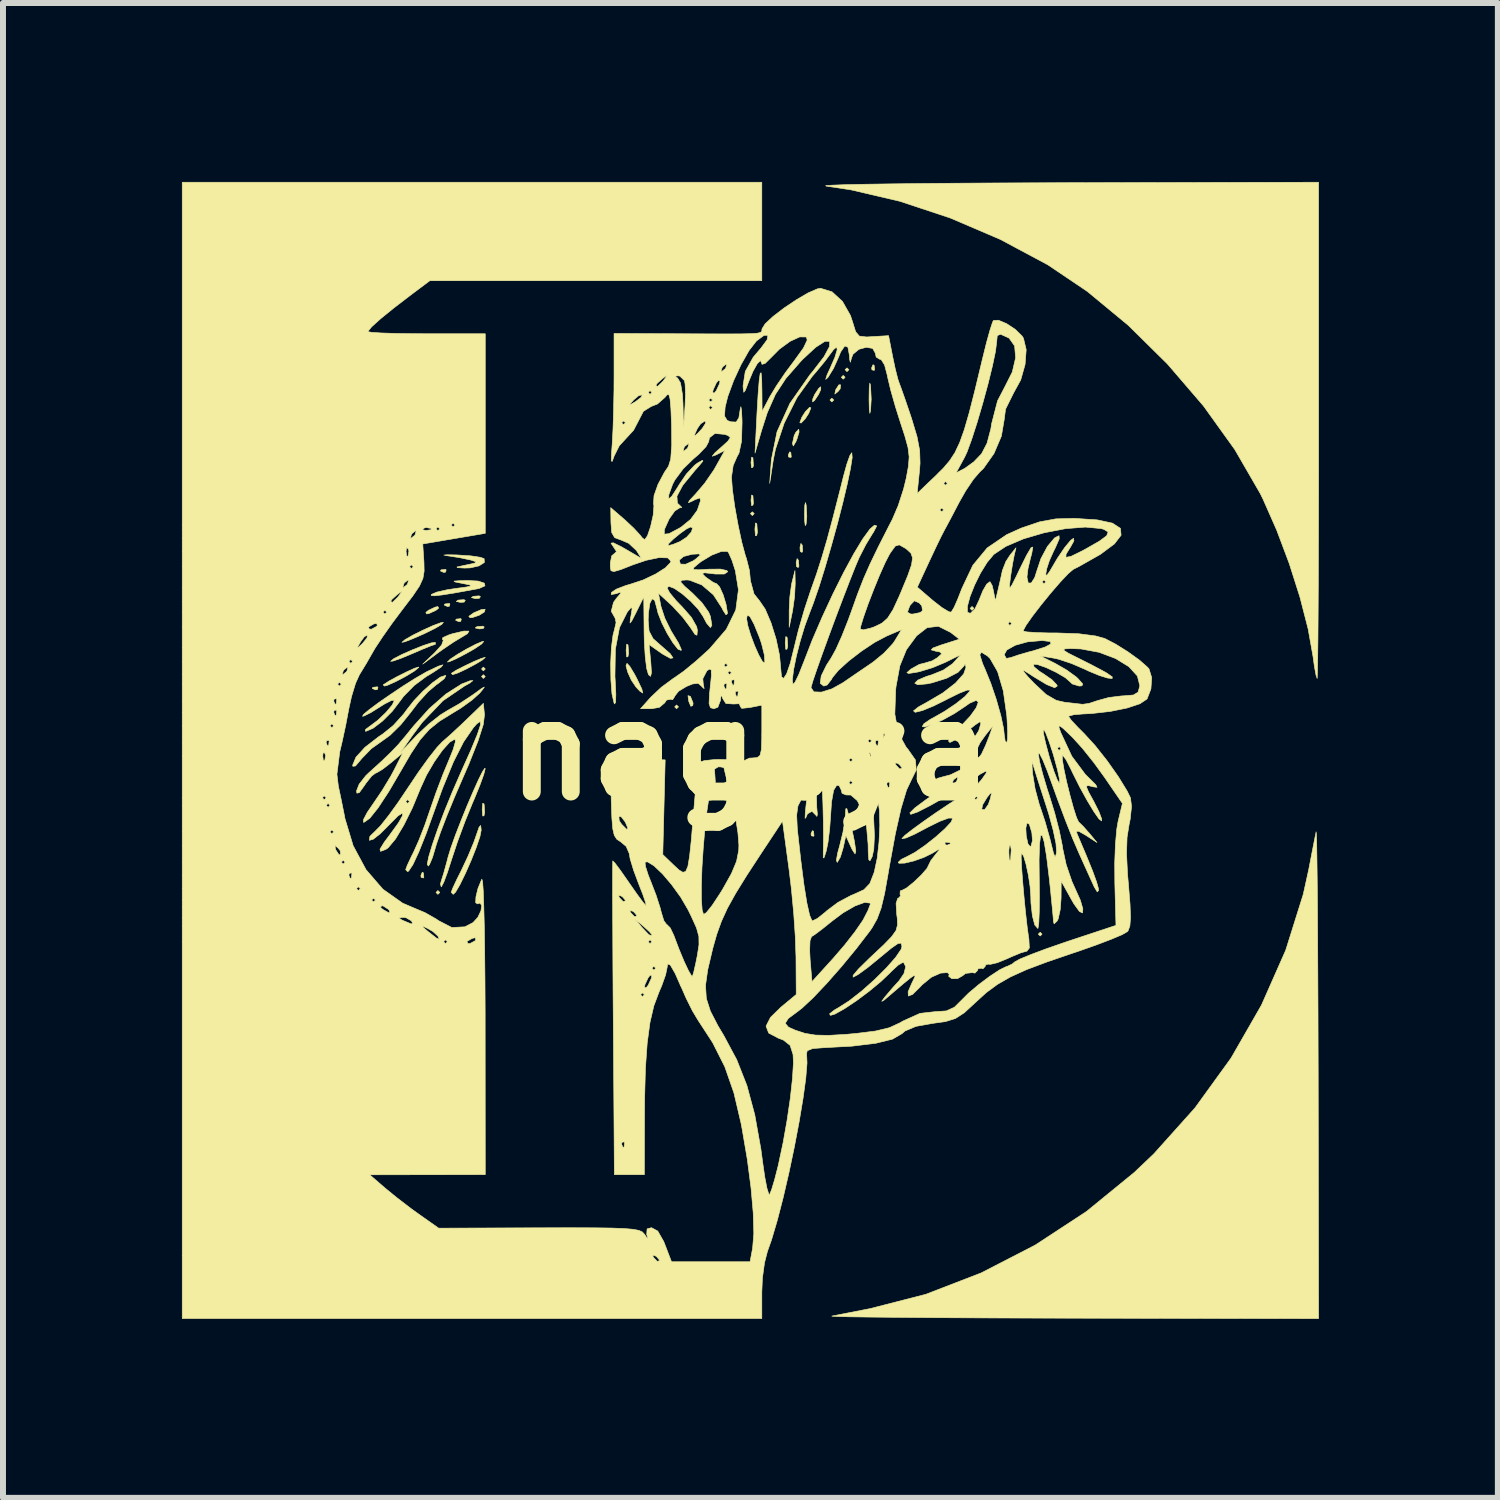
<source format=kicad_pcb>
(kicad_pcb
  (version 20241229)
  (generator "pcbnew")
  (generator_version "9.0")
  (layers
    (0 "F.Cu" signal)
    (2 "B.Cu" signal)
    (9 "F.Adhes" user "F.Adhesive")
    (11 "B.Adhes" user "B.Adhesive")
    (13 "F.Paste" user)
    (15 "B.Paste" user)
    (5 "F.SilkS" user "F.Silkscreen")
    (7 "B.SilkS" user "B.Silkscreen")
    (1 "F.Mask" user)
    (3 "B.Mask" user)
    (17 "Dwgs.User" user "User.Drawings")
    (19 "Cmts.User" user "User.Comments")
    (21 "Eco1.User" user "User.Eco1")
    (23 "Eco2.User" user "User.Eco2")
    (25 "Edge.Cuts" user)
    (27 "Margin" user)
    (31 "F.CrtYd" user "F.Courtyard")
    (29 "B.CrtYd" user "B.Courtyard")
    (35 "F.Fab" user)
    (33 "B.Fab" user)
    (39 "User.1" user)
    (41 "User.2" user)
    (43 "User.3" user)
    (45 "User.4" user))
  (footprint "nagoya"
    (layer "F.Cu")
    (at 9.53 9.53)
    (property "Reference" "nagoya" (at 0 0 0) (layer "F.SilkS") (effects (font (size 1.524 1.524) (thickness 0.3))))
    (attr through_hole)
    (fp_poly (pts (xy -5.207 2.381) (xy -5.239 2.413) (xy -5.271 2.381) (xy -5.239 2.349) (xy -5.207 2.381)) (stroke (width 0.01) (type solid)) (fill yes) (layer "F.SilkS"))
    (fp_poly (pts (xy -4.445 -1.365) (xy -4.477 -1.333) (xy -4.508 -1.365) (xy -4.477 -1.397) (xy -4.445 -1.365)) (stroke (width 0.01) (type solid)) (fill yes) (layer "F.SilkS"))
    (fp_poly (pts (xy -4.445 -1.238) (xy -4.477 -1.206) (xy -4.508 -1.238) (xy -4.477 -1.27) (xy -4.445 -1.238)) (stroke (width 0.01) (type solid)) (fill yes) (layer "F.SilkS"))
    (fp_poly (pts (xy -1.206 -0.73) (xy -1.238 -0.699) (xy -1.27 -0.73) (xy -1.238 -0.762) (xy -1.206 -0.73)) (stroke (width 0.01) (type solid)) (fill yes) (layer "F.SilkS"))
    (fp_poly (pts (xy 0.064 -3.969) (xy 0.032 -3.937) (xy 0 -3.969) (xy 0.032 -4) (xy 0.064 -3.969)) (stroke (width 0.01) (type solid)) (fill yes) (layer "F.SilkS"))
    (fp_poly (pts (xy 1.397 -5.874) (xy 1.365 -5.842) (xy 1.333 -5.874) (xy 1.365 -5.905) (xy 1.397 -5.874)) (stroke (width 0.01) (type solid)) (fill yes) (layer "F.SilkS"))
    (fp_poly (pts (xy 1.587 -6.255) (xy 1.556 -6.223) (xy 1.524 -6.255) (xy 1.556 -6.287) (xy 1.587 -6.255)) (stroke (width 0.01) (type solid)) (fill yes) (layer "F.SilkS"))
    (fp_poly (pts (xy 1.651 -6.382) (xy 1.619 -6.35) (xy 1.587 -6.382) (xy 1.619 -6.413) (xy 1.651 -6.382)) (stroke (width 0.01) (type solid)) (fill yes) (layer "F.SilkS"))
    (fp_poly (pts (xy 3.747 -2.381) (xy 3.715 -2.349) (xy 3.683 -2.381) (xy 3.715 -2.413) (xy 3.747 -2.381)) (stroke (width 0.01) (type solid)) (fill yes) (layer "F.SilkS"))
    (fp_poly (pts (xy 4.889 3.08) (xy 4.858 3.111) (xy 4.826 3.08) (xy 4.858 3.048) (xy 4.889 3.08)) (stroke (width 0.01) (type solid)) (fill yes) (layer "F.SilkS"))
    (fp_poly (pts (xy -6.244 -1.058) (xy -6.253 -1.021) (xy -6.287 -1.016) (xy -6.339 -1.039) (xy -6.329 -1.058) (xy -6.253 -1.066) (xy -6.244 -1.058)) (stroke (width 0.01) (type solid)) (fill yes) (layer "F.SilkS"))
    (fp_poly (pts (xy -5.482 2.053) (xy -5.475 2.129) (xy -5.482 2.138) (xy -5.52 2.129) (xy -5.524 2.095) (xy -5.501 2.043) (xy -5.482 2.053)) (stroke (width 0.01) (type solid)) (fill yes) (layer "F.SilkS"))
    (fp_poly (pts (xy -5.101 -3.027) (xy -5.11 -2.989) (xy -5.144 -2.985) (xy -5.196 -3.008) (xy -5.186 -3.027) (xy -5.11 -3.034) (xy -5.101 -3.027)) (stroke (width 0.01) (type solid)) (fill yes) (layer "F.SilkS"))
    (fp_poly (pts (xy -5.038 -2.455) (xy -5.046 -2.418) (xy -5.08 -2.413) (xy -5.132 -2.436) (xy -5.122 -2.455) (xy -5.047 -2.463) (xy -5.038 -2.455)) (stroke (width 0.01) (type solid)) (fill yes) (layer "F.SilkS"))
    (fp_poly (pts (xy -4.847 -2.201) (xy -4.856 -2.164) (xy -4.889 -2.159) (xy -4.942 -2.182) (xy -4.932 -2.201) (xy -4.856 -2.209) (xy -4.847 -2.201)) (stroke (width 0.01) (type solid)) (fill yes) (layer "F.SilkS"))
    (fp_poly (pts (xy -4.78 -2.515) (xy -4.799 -2.486) (xy -4.863 -2.482) (xy -4.931 -2.497) (xy -4.901 -2.52) (xy -4.802 -2.527) (xy -4.78 -2.515)) (stroke (width 0.01) (type solid)) (fill yes) (layer "F.SilkS"))
    (fp_poly (pts (xy -4.526 -2.578) (xy -4.545 -2.55) (xy -4.609 -2.545) (xy -4.677 -2.561) (xy -4.647 -2.583) (xy -4.548 -2.591) (xy -4.526 -2.578)) (stroke (width 0.01) (type solid)) (fill yes) (layer "F.SilkS"))
    (fp_poly (pts (xy -4.462 -2.07) (xy -4.481 -2.042) (xy -4.546 -2.037) (xy -4.613 -2.053) (xy -4.584 -2.075) (xy -4.485 -2.083) (xy -4.462 -2.07)) (stroke (width 0.01) (type solid)) (fill yes) (layer "F.SilkS"))
    (fp_poly (pts (xy 0.042 -4.905) (xy 0.05 -4.775) (xy 0.042 -4.747) (xy 0.019 -4.739) (xy 0.01 -4.826) (xy 0.02 -4.916) (xy 0.042 -4.905)) (stroke (width 0.01) (type solid)) (fill yes) (layer "F.SilkS"))
    (fp_poly (pts (xy 0.042 -4.27) (xy 0.05 -4.14) (xy 0.042 -4.112) (xy 0.019 -4.104) (xy 0.01 -4.191) (xy 0.02 -4.281) (xy 0.042 -4.27)) (stroke (width 0.01) (type solid)) (fill yes) (layer "F.SilkS"))
    (fp_poly (pts (xy 0.677 -4.995) (xy 0.685 -4.92) (xy 0.677 -4.911) (xy 0.64 -4.919) (xy 0.635 -4.953) (xy 0.658 -5.005) (xy 0.677 -4.995)) (stroke (width 0.01) (type solid)) (fill yes) (layer "F.SilkS"))
    (fp_poly (pts (xy 0.805 -3.187) (xy 0.813 -3.088) (xy 0.8 -3.065) (xy 0.772 -3.084) (xy 0.767 -3.149) (xy 0.783 -3.216) (xy 0.805 -3.187)) (stroke (width 0.01) (type solid)) (fill yes) (layer "F.SilkS"))
    (fp_poly (pts (xy 0.869 -3.441) (xy 0.876 -3.342) (xy 0.864 -3.319) (xy 0.835 -3.338) (xy 0.831 -3.403) (xy 0.846 -3.47) (xy 0.869 -3.441)) (stroke (width 0.01) (type solid)) (fill yes) (layer "F.SilkS"))
    (fp_poly (pts (xy 1.058 1.355) (xy 1.066 1.43) (xy 1.058 1.439) (xy 1.021 1.431) (xy 1.016 1.397) (xy 1.039 1.345) (xy 1.058 1.355)) (stroke (width 0.01) (type solid)) (fill yes) (layer "F.SilkS"))
    (fp_poly (pts (xy 2.074 -6.456) (xy 2.082 -6.38) (xy 2.074 -6.371) (xy 2.037 -6.38) (xy 2.032 -6.413) (xy 2.055 -6.466) (xy 2.074 -6.456)) (stroke (width 0.01) (type solid)) (fill yes) (layer "F.SilkS"))
    (fp_poly (pts (xy -1.008 -0.907) (xy -1.005 -0.904) (xy -0.961 -0.794) (xy -0.966 -0.753) (xy -0.999 -0.739) (xy -1.033 -0.82) (xy -1.047 -0.918) (xy -1.008 -0.907)) (stroke (width 0.01) (type solid)) (fill yes) (layer "F.SilkS"))
    (fp_poly (pts (xy 1.505 -6.062) (xy 1.468 -6.016) (xy 1.415 -5.975) (xy 1.428 -6.039) (xy 1.433 -6.051) (xy 1.483 -6.129) (xy 1.512 -6.129) (xy 1.505 -6.062)) (stroke (width 0.01) (type solid)) (fill yes) (layer "F.SilkS"))
    (fp_poly (pts (xy -5.227 -2.385) (xy -5.271 -2.349) (xy -5.386 -2.296) (xy -5.429 -2.288) (xy -5.441 -2.314) (xy -5.397 -2.349) (xy -5.282 -2.403) (xy -5.239 -2.411) (xy -5.227 -2.385)) (stroke (width 0.01) (type solid)) (fill yes) (layer "F.SilkS"))
    (fp_poly (pts (xy -4.468 0.895) (xy -4.464 0.906) (xy -4.455 1.044) (xy -4.467 1.097) (xy -4.488 1.099) (xy -4.496 0.999) (xy -4.496 0.984) (xy -4.487 0.886) (xy -4.468 0.895)) (stroke (width 0.01) (type solid)) (fill yes) (layer "F.SilkS"))
    (fp_poly (pts (xy -2.055 -1.772) (xy -2.051 -1.761) (xy -2.042 -1.623) (xy -2.054 -1.57) (xy -2.075 -1.568) (xy -2.083 -1.668) (xy -2.083 -1.683) (xy -2.074 -1.781) (xy -2.055 -1.772)) (stroke (width 0.01) (type solid)) (fill yes) (layer "F.SilkS"))
    (fp_poly (pts (xy 0.104 -3.804) (xy 0.108 -3.793) (xy 0.117 -3.655) (xy 0.105 -3.602) (xy 0.084 -3.6) (xy 0.076 -3.7) (xy 0.076 -3.715) (xy 0.085 -3.813) (xy 0.104 -3.804)) (stroke (width 0.01) (type solid)) (fill yes) (layer "F.SilkS"))
    (fp_poly (pts (xy 0.612 -1.899) (xy 0.616 -1.888) (xy 0.625 -1.75) (xy 0.613 -1.697) (xy 0.592 -1.695) (xy 0.584 -1.795) (xy 0.584 -1.81) (xy 0.593 -1.908) (xy 0.612 -1.899)) (stroke (width 0.01) (type solid)) (fill yes) (layer "F.SilkS"))
    (fp_poly (pts (xy 0.816 -5.338) (xy 0.78 -5.219) (xy 0.762 -5.175) (xy 0.719 -5.104) (xy 0.704 -5.144) (xy 0.734 -5.279) (xy 0.762 -5.334) (xy 0.81 -5.384) (xy 0.816 -5.338)) (stroke (width 0.01) (type solid)) (fill yes) (layer "F.SilkS"))
    (fp_poly (pts (xy 0.935 -4.111) (xy 0.945 -3.923) (xy 0.934 -3.793) (xy 0.919 -3.768) (xy 0.909 -3.851) (xy 0.907 -3.969) (xy 0.912 -4.113) (xy 0.923 -4.155) (xy 0.935 -4.111)) (stroke (width 0.01) (type solid)) (fill yes) (layer "F.SilkS"))
    (fp_poly (pts (xy 1.014 -5.743) (xy 0.977 -5.65) (xy 0.919 -5.56) (xy 0.85 -5.488) (xy 0.828 -5.496) (xy 0.864 -5.589) (xy 0.923 -5.68) (xy 0.991 -5.751) (xy 1.014 -5.743)) (stroke (width 0.01) (type solid)) (fill yes) (layer "F.SilkS"))
    (fp_poly (pts (xy 1.179 -6.049) (xy 1.143 -5.969) (xy 1.077 -5.869) (xy 1.043 -5.842) (xy 1.044 -5.889) (xy 1.079 -5.969) (xy 1.145 -6.069) (xy 1.179 -6.096) (xy 1.179 -6.049)) (stroke (width 0.01) (type solid)) (fill yes) (layer "F.SilkS"))
    (fp_poly (pts (xy -4.46 -2.321) (xy -4.547 -2.266) (xy -4.659 -2.228) (xy -4.699 -2.224) (xy -4.721 -2.248) (xy -4.642 -2.304) (xy -4.636 -2.308) (xy -4.511 -2.361) (xy -4.447 -2.367) (xy -4.46 -2.321)) (stroke (width 0.01) (type solid)) (fill yes) (layer "F.SilkS"))
    (fp_poly (pts (xy 0.751 -2.794) (xy 0.74 -2.577) (xy 0.707 -2.342) (xy 0.702 -2.318) (xy 0.65 -2.064) (xy 0.65 -2.349) (xy 0.661 -2.576) (xy 0.689 -2.783) (xy 0.699 -2.826) (xy 0.747 -3.016) (xy 0.751 -2.794)) (stroke (width 0.01) (type solid)) (fill yes) (layer "F.SilkS"))
    (fp_poly (pts (xy 2.013 -6.124) (xy 2.014 -6.112) (xy 2.025 -5.889) (xy 2.014 -5.699) (xy 2.002 -5.651) (xy 1.993 -5.716) (xy 1.989 -5.879) (xy 1.989 -5.905) (xy 1.992 -6.08) (xy 2.001 -6.158) (xy 2.013 -6.124)) (stroke (width 0.01) (type solid)) (fill yes) (layer "F.SilkS"))
    (fp_poly (pts (xy -2.022 -1.409) (xy -1.944 -1.28) (xy -1.905 -1.206) (xy -1.821 -1.031) (xy -1.804 -0.962) (xy -1.854 -0.994) (xy -1.919 -1.064) (xy -1.996 -1.178) (xy -2.057 -1.312) (xy -2.086 -1.42) (xy -2.069 -1.46) (xy -2.022 -1.409)) (stroke (width 0.01) (type solid)) (fill yes) (layer "F.SilkS"))
    (fp_poly (pts (xy -5.174 -2.113) (xy -5.291 -2.044) (xy -5.47 -1.956) (xy -5.66 -1.873) (xy -5.794 -1.821) (xy -5.842 -1.812) (xy -5.79 -1.857) (xy -5.659 -1.932) (xy -5.49 -2.016) (xy -5.322 -2.092) (xy -5.193 -2.14) (xy -5.147 -2.147) (xy -5.174 -2.113)) (stroke (width 0.01) (type solid)) (fill yes) (layer "F.SilkS"))
    (fp_poly (pts (xy -4.507 -1.784) (xy -4.627 -1.703) (xy -4.762 -1.626) (xy -4.933 -1.537) (xy -5.048 -1.487) (xy -5.08 -1.482) (xy -5.03 -1.531) (xy -4.908 -1.612) (xy -4.752 -1.703) (xy -4.601 -1.781) (xy -4.496 -1.825) (xy -4.471 -1.826) (xy -4.507 -1.784)) (stroke (width 0.01) (type solid)) (fill yes) (layer "F.SilkS"))
    (fp_poly (pts (xy -5.559 -1.392) (xy -5.634 -1.33) (xy -5.779 -1.242) (xy -5.944 -1.155) (xy -6.082 -1.093) (xy -6.136 -1.079) (xy -6.156 -1.099) (xy -6.154 -1.101) (xy -6.058 -1.163) (xy -5.915 -1.241) (xy -5.76 -1.318) (xy -5.631 -1.377) (xy -5.562 -1.398) (xy -5.559 -1.392)) (stroke (width 0.01) (type solid)) (fill yes) (layer "F.SilkS"))
    (fp_poly (pts (xy -4.445 -1.558) (xy -4.496 -1.514) (xy -4.619 -1.441) (xy -4.772 -1.36) (xy -4.911 -1.296) (xy -4.993 -1.27) (xy -5.013 -1.292) (xy -5.011 -1.294) (xy -4.931 -1.345) (xy -4.794 -1.415) (xy -4.641 -1.488) (xy -4.511 -1.542) (xy -4.447 -1.56) (xy -4.445 -1.558)) (stroke (width 0.01) (type solid)) (fill yes) (layer "F.SilkS"))
    (fp_poly (pts (xy -5.281 -1.778) (xy -5.284 -1.778) (xy -5.356 -1.754) (xy -5.508 -1.692) (xy -5.675 -1.62) (xy -5.861 -1.543) (xy -5.99 -1.498) (xy -6.032 -1.494) (xy -5.979 -1.538) (xy -5.845 -1.607) (xy -5.669 -1.685) (xy -5.491 -1.756) (xy -5.349 -1.803) (xy -5.282 -1.811) (xy -5.281 -1.778)) (stroke (width 0.01) (type solid)) (fill yes) (layer "F.SilkS"))
    (fp_poly (pts (xy -4.719 -2) (xy -4.742 -1.958) (xy -4.836 -1.901) (xy -4.977 -1.816) (xy -5.16 -1.692) (xy -5.239 -1.635) (xy -5.493 -1.447) (xy -5.29 -1.64) (xy -5.176 -1.768) (xy -5.148 -1.847) (xy -5.163 -1.86) (xy -5.157 -1.891) (xy -5.054 -1.937) (xy -4.988 -1.958) (xy -4.803 -2.001) (xy -4.719 -2)) (stroke (width 0.01) (type solid)) (fill yes) (layer "F.SilkS"))
    (fp_poly (pts (xy -4.513 1.335) (xy -4.535 1.447) (xy -4.596 1.627) (xy -4.681 1.842) (xy -4.777 2.06) (xy -4.869 2.249) (xy -4.944 2.377) (xy -4.982 2.413) (xy -5.016 2.379) (xy -4.99 2.309) (xy -4.921 2.161) (xy -4.847 2.014) (xy -4.736 1.778) (xy -4.637 1.54) (xy -4.598 1.429) (xy -4.548 1.286) (xy -4.522 1.258) (xy -4.513 1.335)) (stroke (width 0.01) (type solid)) (fill yes) (layer "F.SilkS"))
    (fp_poly (pts (xy 1.647 1.081) (xy 1.684 1.238) (xy 1.743 1.522) (xy 1.767 1.688) (xy 1.754 1.735) (xy 1.706 1.662) (xy 1.686 1.619) (xy 1.6 1.429) (xy 1.554 1.636) (xy 1.508 1.788) (xy 1.458 1.874) (xy 1.455 1.877) (xy 1.441 1.842) (xy 1.463 1.718) (xy 1.494 1.606) (xy 1.551 1.373) (xy 1.587 1.149) (xy 1.592 1.079) (xy 1.599 0.978) (xy 1.616 0.975) (xy 1.647 1.081)) (stroke (width 0.01) (type solid)) (fill yes) (layer "F.SilkS"))
    (fp_poly (pts (xy -4.923 -3.277) (xy -4.907 -3.276) (xy -4.692 -3.262) (xy -4.53 -3.238) (xy -4.464 -3.215) (xy -4.46 -3.151) (xy -4.549 -3.094) (xy -4.698 -3.06) (xy -4.794 -3.057) (xy -4.913 -3.064) (xy -4.919 -3.075) (xy -4.807 -3.1) (xy -4.763 -3.109) (xy -4.623 -3.139) (xy -4.599 -3.162) (xy -4.679 -3.189) (xy -4.699 -3.194) (xy -4.877 -3.232) (xy -5.08 -3.263) (xy -5.138 -3.275) (xy -5.081 -3.28) (xy -4.923 -3.277)) (stroke (width 0.01) (type solid)) (fill yes) (layer "F.SilkS"))
    (fp_poly (pts (xy -4.564 -2.839) (xy -4.461 -2.804) (xy -4.45 -2.759) (xy -4.548 -2.715) (xy -4.588 -2.707) (xy -4.93 -2.645) (xy -5.163 -2.607) (xy -5.299 -2.592) (xy -5.352 -2.598) (xy -5.347 -2.616) (xy -5.257 -2.654) (xy -5.086 -2.693) (xy -4.948 -2.714) (xy -4.757 -2.74) (xy -4.681 -2.758) (xy -4.71 -2.776) (xy -4.826 -2.799) (xy -4.95 -2.824) (xy -4.969 -2.838) (xy -4.875 -2.845) (xy -4.747 -2.849) (xy -4.564 -2.839)) (stroke (width 0.01) (type solid)) (fill yes) (layer "F.SilkS"))
    (fp_poly (pts (xy -4.446 0.307) (xy -4.47 0.402) (xy -4.534 0.579) (xy -4.626 0.805) (xy -4.658 0.879) (xy -4.783 1.186) (xy -4.909 1.526) (xy -5.008 1.824) (xy -5.009 1.826) (xy -5.079 2.045) (xy -5.14 2.208) (xy -5.18 2.284) (xy -5.184 2.286) (xy -5.196 2.238) (xy -5.181 2.183) (xy -5.142 2.06) (xy -5.09 1.872) (xy -5.068 1.786) (xy -5.021 1.632) (xy -4.946 1.422) (xy -4.852 1.18) (xy -4.75 0.928) (xy -4.648 0.69) (xy -4.558 0.49) (xy -4.489 0.352) (xy -4.451 0.298) (xy -4.446 0.307)) (stroke (width 0.01) (type solid)) (fill yes) (layer "F.SilkS"))
    (fp_poly (pts (xy -5.105 -1.253) (xy -5.132 -1.203) (xy -5.237 -1.12) (xy -5.266 -1.101) (xy -5.404 -0.984) (xy -5.569 -0.803) (xy -5.699 -0.633) (xy -5.862 -0.43) (xy -6.04 -0.255) (xy -6.165 -0.165) (xy -6.355 -0.03) (xy -6.516 0.136) (xy -6.529 0.152) (xy -6.621 0.261) (xy -6.665 0.266) (xy -6.668 0.247) (xy -6.613 0.114) (xy -6.462 -0.052) (xy -6.233 -0.229) (xy -6.161 -0.277) (xy -5.986 -0.419) (xy -5.814 -0.609) (xy -5.766 -0.675) (xy -5.641 -0.834) (xy -5.487 -0.995) (xy -5.329 -1.135) (xy -5.196 -1.23) (xy -5.113 -1.257) (xy -5.105 -1.253)) (stroke (width 0.01) (type solid)) (fill yes) (layer "F.SilkS"))
    (fp_poly (pts (xy -5.183 -1.399) (xy -5.316 -1.31) (xy -5.431 -1.241) (xy -5.636 -1.089) (xy -5.817 -0.904) (xy -5.872 -0.829) (xy -6.005 -0.655) (xy -6.167 -0.493) (xy -6.325 -0.372) (xy -6.445 -0.321) (xy -6.455 -0.321) (xy -6.453 -0.351) (xy -6.386 -0.401) (xy -6.247 -0.505) (xy -6.108 -0.638) (xy -6.004 -0.763) (xy -5.969 -0.837) (xy -6.015 -0.839) (xy -6.131 -0.78) (xy -6.206 -0.733) (xy -6.362 -0.635) (xy -6.476 -0.578) (xy -6.502 -0.572) (xy -6.487 -0.603) (xy -6.388 -0.685) (xy -6.228 -0.804) (xy -6.03 -0.941) (xy -5.819 -1.082) (xy -5.616 -1.21) (xy -5.446 -1.308) (xy -5.413 -1.326) (xy -5.231 -1.412) (xy -5.155 -1.435) (xy -5.183 -1.399)) (stroke (width 0.01) (type solid)) (fill yes) (layer "F.SilkS"))
    (fp_poly (pts (xy 9.488 1.405) (xy 9.493 1.561) (xy 9.497 1.825) (xy 9.502 2.185) (xy 9.506 2.631) (xy 9.509 3.154) (xy 9.512 3.744) (xy 9.515 4.389) (xy 9.517 5.082) (xy 9.518 5.382) (xy 9.525 9.525) (xy 5.382 9.518) (xy 4.673 9.516) (xy 4.007 9.514) (xy 3.393 9.511) (xy 2.841 9.507) (xy 2.361 9.503) (xy 1.964 9.499) (xy 1.659 9.495) (xy 1.456 9.49) (xy 1.367 9.485) (xy 1.365 9.483) (xy 1.486 9.459) (xy 1.692 9.419) (xy 1.942 9.37) (xy 2 9.359) (xy 2.939 9.118) (xy 3.869 8.759) (xy 4.773 8.293) (xy 5.634 7.729) (xy 6.435 7.075) (xy 6.763 6.763) (xy 7.452 5.994) (xy 8.057 5.158) (xy 8.567 4.27) (xy 8.974 3.349) (xy 9.268 2.412) (xy 9.359 2) (xy 9.408 1.745) (xy 9.451 1.526) (xy 9.48 1.383) (xy 9.483 1.365) (xy 9.488 1.405)) (stroke (width 0.01) (type solid)) (fill yes) (layer "F.SilkS"))
    (fp_poly (pts (xy 9.525 -5.366) (xy 9.525 -4.652) (xy 9.524 -3.977) (xy 9.522 -3.351) (xy 9.52 -2.784) (xy 9.517 -2.288) (xy 9.514 -1.873) (xy 9.51 -1.549) (xy 9.506 -1.327) (xy 9.502 -1.217) (xy 9.501 -1.206) (xy 9.481 -1.264) (xy 9.454 -1.412) (xy 9.432 -1.572) (xy 9.35 -2.034) (xy 9.213 -2.567) (xy 9.033 -3.133) (xy 8.822 -3.694) (xy 8.593 -4.213) (xy 8.546 -4.308) (xy 8.12 -5.044) (xy 7.595 -5.775) (xy 6.992 -6.477) (xy 6.336 -7.125) (xy 5.647 -7.695) (xy 4.985 -8.141) (xy 4.19 -8.566) (xy 3.354 -8.924) (xy 2.508 -9.205) (xy 1.683 -9.398) (xy 1.27 -9.46) (xy 1.262 -9.468) (xy 1.372 -9.476) (xy 1.59 -9.484) (xy 1.909 -9.491) (xy 2.318 -9.497) (xy 2.81 -9.503) (xy 3.374 -9.508) (xy 4.002 -9.512) (xy 4.685 -9.515) (xy 5.191 -9.517) (xy 9.525 -9.525) (xy 9.525 -5.366)) (stroke (width 0.01) (type solid)) (fill yes) (layer "F.SilkS"))
    (fp_poly (pts (xy -4.71 -1.126) (xy -4.793 -1.08) (xy -5.156 -0.832) (xy -5.502 -0.47) (xy -5.657 -0.263) (xy -5.865 0.032) (xy -5.584 -0.262) (xy -5.394 -0.44) (xy -5.199 -0.594) (xy -5.08 -0.668) (xy -4.877 -0.784) (xy -4.666 -0.923) (xy -4.636 -0.944) (xy -4.503 -1.041) (xy -4.46 -1.062) (xy -4.496 -1.012) (xy -4.54 -0.959) (xy -4.668 -0.844) (xy -4.857 -0.708) (xy -4.989 -0.628) (xy -5.211 -0.491) (xy -5.384 -0.352) (xy -5.535 -0.181) (xy -5.69 0.051) (xy -5.845 0.318) (xy -6.06 0.686) (xy -6.241 0.962) (xy -6.382 1.138) (xy -6.479 1.206) (xy -6.486 1.206) (xy -6.487 1.161) (xy -6.425 1.042) (xy -6.332 0.905) (xy -6.177 0.677) (xy -6.03 0.434) (xy -5.97 0.322) (xy -5.827 0.04) (xy -6.03 0.21) (xy -6.168 0.317) (xy -6.268 0.376) (xy -6.285 0.381) (xy -6.35 0.43) (xy -6.445 0.55) (xy -6.47 0.587) (xy -6.556 0.707) (xy -6.597 0.717) (xy -6.603 0.678) (xy -6.559 0.566) (xy -6.448 0.424) (xy -6.398 0.376) (xy -6.18 0.178) (xy -6.026 0.03) (xy -5.902 -0.1) (xy -5.777 -0.248) (xy -5.652 -0.403) (xy -5.383 -0.702) (xy -5.104 -0.946) (xy -4.841 -1.113) (xy -4.699 -1.168) (xy -4.652 -1.17) (xy -4.71 -1.126)) (stroke (width 0.01) (type solid)) (fill yes) (layer "F.SilkS"))
    (fp_poly (pts (xy -4.458 -0.596) (xy -4.479 -0.432) (xy -4.566 -0.16) (xy -4.717 0.221) (xy -4.82 0.458) (xy -4.963 0.789) (xy -5.093 1.106) (xy -5.197 1.377) (xy -5.264 1.572) (xy -5.276 1.613) (xy -5.329 1.792) (xy -5.38 1.913) (xy -5.399 1.938) (xy -5.418 1.909) (xy -5.393 1.783) (xy -5.332 1.58) (xy -5.242 1.319) (xy -5.129 1.019) (xy -4.999 0.701) (xy -4.861 0.385) (xy -4.851 0.362) (xy -4.685 -0.008) (xy -4.577 -0.27) (xy -4.525 -0.427) (xy -4.528 -0.486) (xy -4.584 -0.449) (xy -4.644 -0.382) (xy -4.809 -0.142) (xy -4.979 0.193) (xy -5.161 0.635) (xy -5.294 1) (xy -5.436 1.394) (xy -5.559 1.702) (xy -5.658 1.915) (xy -5.729 2.022) (xy -5.748 2.032) (xy -5.779 1.998) (xy -5.752 1.925) (xy -5.685 1.782) (xy -5.646 1.704) (xy -5.558 1.508) (xy -5.457 1.248) (xy -5.369 0.992) (xy -5.268 0.701) (xy -5.152 0.395) (xy -5.06 0.175) (xy -4.984 -0.013) (xy -4.946 -0.145) (xy -4.952 -0.191) (xy -5.042 -0.138) (xy -5.165 -0.000308) (xy -5.301 0.193) (xy -5.429 0.412) (xy -5.528 0.628) (xy -5.531 0.635) (xy -5.666 0.962) (xy -5.811 1.254) (xy -5.95 1.485) (xy -6.071 1.63) (xy -6.109 1.658) (xy -6.2 1.693) (xy -6.21 1.656) (xy -6.137 1.537) (xy -6.041 1.409) (xy -5.9 1.214) (xy -5.831 1.091) (xy -5.835 1.05) (xy -5.91 1.099) (xy -6.055 1.245) (xy -6.057 1.247) (xy -6.206 1.397) (xy -6.325 1.49) (xy -6.388 1.507) (xy -6.379 1.44) (xy -6.292 1.356) (xy -6.201 1.263) (xy -6.062 1.088) (xy -5.896 0.858) (xy -5.896 0.857) (xy -5.779 0.857) (xy -5.747 0.889) (xy -5.715 0.857) (xy -5.747 0.826) (xy -5.779 0.857) (xy -5.896 0.857) (xy -5.742 0.628) (xy -5.565 0.364) (xy -5.395 0.128) (xy -5.252 -0.053) (xy -5.167 -0.142) (xy -5.022 -0.27) (xy -4.839 -0.44) (xy -4.737 -0.538) (xy -4.477 -0.789) (xy -4.458 -0.596)) (stroke (width 0.01) (type solid)) (fill yes) (layer "F.SilkS"))
    (fp_poly (pts (xy 0.191 -7.874) (xy -2.592 -7.874) (xy -5.375 -7.874) (xy -5.692 -7.636) (xy -5.974 -7.42) (xy -6.198 -7.238) (xy -6.349 -7.102) (xy -6.412 -7.026) (xy -6.414 -7.021) (xy -6.354 -7.009) (xy -6.188 -6.998) (xy -5.939 -6.99) (xy -5.628 -6.986) (xy -5.429 -6.985) (xy -4.445 -6.985) (xy -4.445 -5.312) (xy -4.445 -3.639) (xy -4.969 -3.55) (xy -5.493 -3.461) (xy -5.473 -3.156) (xy -5.47 -3.006) (xy -5.49 -2.884) (xy -5.548 -2.756) (xy -5.659 -2.591) (xy -5.823 -2.376) (xy -6.003 -2.136) (xy -6.167 -1.903) (xy -6.29 -1.717) (xy -6.321 -1.664) (xy -6.432 -1.47) (xy -6.538 -1.295) (xy -6.554 -1.27) (xy -6.62 -1.124) (xy -6.687 -0.904) (xy -6.732 -0.699) (xy -6.785 -0.421) (xy -6.846 -0.138) (xy -6.885 0.025) (xy -6.932 0.4) (xy -6.908 0.597) (xy -6.858 0.835) (xy -6.806 1.094) (xy -6.797 1.143) (xy -6.66 1.597) (xy -6.444 1.999) (xy -6.162 2.326) (xy -5.831 2.56) (xy -5.666 2.631) (xy -5.454 2.72) (xy -5.266 2.827) (xy -5.228 2.854) (xy -5.005 2.969) (xy -4.786 2.957) (xy -4.65 2.886) (xy -4.57 2.799) (xy -4.518 2.69) (xy -4.504 2.597) (xy -4.536 2.559) (xy -4.575 2.573) (xy -4.606 2.553) (xy -4.601 2.453) (xy -4.567 2.313) (xy -4.509 2.172) (xy -4.502 2.159) (xy -4.49 2.199) (xy -4.479 2.353) (xy -4.47 2.609) (xy -4.461 2.953) (xy -4.455 3.373) (xy -4.45 3.856) (xy -4.447 4.388) (xy -4.447 4.588) (xy -4.445 7.112) (xy -5.413 7.113) (xy -6.382 7.114) (xy -6.128 7.334) (xy -5.926 7.499) (xy -5.686 7.683) (xy -5.55 7.781) (xy -5.226 8.009) (xy -3.538 8.003) (xy -3.029 8.002) (xy -2.632 8.003) (xy -2.332 8.007) (xy -2.115 8.015) (xy -1.967 8.028) (xy -1.871 8.046) (xy -1.814 8.071) (xy -1.782 8.104) (xy -1.777 8.11) (xy -1.725 8.187) (xy -1.726 8.156) (xy -1.739 8.112) (xy -1.732 8.021) (xy -1.658 8.001) (xy -1.554 8.057) (xy -1.454 8.232) (xy -1.432 8.287) (xy -1.323 8.572) (xy -0.006 8.572) (xy 0.037 8.344) (xy 0.057 8.099) (xy 0.047 7.753) (xy 0.01 7.332) (xy -0.052 6.857) (xy -0.138 6.352) (xy -0.156 6.255) (xy -0.277 5.74) (xy -0.429 5.304) (xy -0.633 4.899) (xy -0.881 4.518) (xy -0.973 4.364) (xy -1.08 4.149) (xy -1.145 4) (xy -1.173 3.94) (xy -0.753 3.94) (xy -0.739 4.158) (xy -0.671 4.371) (xy -0.543 4.618) (xy -0.445 4.782) (xy -0.229 5.186) (xy -0.059 5.618) (xy 0.073 6.109) (xy 0.176 6.687) (xy 0.205 6.905) (xy 0.241 7.154) (xy 0.277 7.339) (xy 0.308 7.438) (xy 0.321 7.445) (xy 0.355 7.364) (xy 0.406 7.194) (xy 0.464 6.968) (xy 0.472 6.932) (xy 0.548 6.576) (xy 0.615 6.198) (xy 0.669 5.83) (xy 0.705 5.5) (xy 0.721 5.239) (xy 0.715 5.099) (xy 0.666 4.945) (xy 0.552 4.855) (xy 0.469 4.824) (xy 0.306 4.738) (xy 0.262 4.623) (xy 0.286 4.575) (xy 0.584 4.575) (xy 0.638 4.639) (xy 0.746 4.688) (xy 0.913 4.743) (xy 1.09 4.772) (xy 1.308 4.777) (xy 1.603 4.76) (xy 1.778 4.744) (xy 2.099 4.704) (xy 2.331 4.648) (xy 2.512 4.564) (xy 2.555 4.538) (xy 2.843 4.408) (xy 3.082 4.381) (xy 3.284 4.367) (xy 3.42 4.305) (xy 3.533 4.193) (xy 3.657 4.069) (xy 3.828 3.925) (xy 4.014 3.786) (xy 4.18 3.677) (xy 4.293 3.622) (xy 4.308 3.619) (xy 4.39 3.58) (xy 4.43 3.546) (xy 4.515 3.499) (xy 4.697 3.424) (xy 4.95 3.329) (xy 5.249 3.225) (xy 5.316 3.202) (xy 6.128 2.933) (xy 6.109 2.216) (xy 6.107 1.887) (xy 6.119 1.573) (xy 6.142 1.316) (xy 6.163 1.194) (xy 6.236 0.888) (xy 5.936 0.45) (xy 5.758 0.205) (xy 5.567 -0.034) (xy 5.401 -0.217) (xy 5.386 -0.232) (xy 5.246 -0.366) (xy 5.18 -0.416) (xy 5.172 -0.388) (xy 5.202 -0.301) (xy 5.388 0.098) (xy 5.613 0.4) (xy 5.674 0.461) (xy 5.788 0.573) (xy 5.811 0.618) (xy 5.751 0.611) (xy 5.733 0.606) (xy 5.655 0.587) (xy 5.632 0.608) (xy 5.667 0.693) (xy 5.757 0.857) (xy 5.842 1.026) (xy 5.888 1.147) (xy 5.888 1.182) (xy 5.843 1.148) (xy 5.757 1.025) (xy 5.645 0.839) (xy 5.521 0.614) (xy 5.401 0.375) (xy 5.365 0.299) (xy 5.292 0.157) (xy 5.239 0.086) (xy 5.229 0.084) (xy 5.229 0.156) (xy 5.256 0.315) (xy 5.301 0.526) (xy 5.358 0.755) (xy 5.416 0.967) (xy 5.467 1.126) (xy 5.502 1.199) (xy 5.579 1.273) (xy 5.683 1.391) (xy 5.81 1.544) (xy 5.623 1.423) (xy 5.502 1.354) (xy 5.465 1.36) (xy 5.476 1.397) (xy 5.63 1.76) (xy 5.737 2.023) (xy 5.802 2.202) (xy 5.833 2.312) (xy 5.836 2.349) (xy 5.814 2.371) (xy 5.764 2.289) (xy 5.763 2.286) (xy 5.7 2.148) (xy 5.606 1.94) (xy 5.504 1.714) (xy 5.402 1.477) (xy 5.279 1.166) (xy 5.152 0.828) (xy 5.071 0.603) (xy 4.978 0.347) (xy 4.901 0.158) (xy 4.848 0.054) (xy 4.827 0.053) (xy 4.827 0.056) (xy 4.846 0.183) (xy 4.899 0.392) (xy 4.975 0.647) (xy 5.01 0.754) (xy 5.101 1.05) (xy 5.178 1.347) (xy 5.228 1.593) (xy 5.235 1.644) (xy 5.293 1.913) (xy 5.389 2.195) (xy 5.436 2.3) (xy 5.531 2.511) (xy 5.573 2.656) (xy 5.567 2.724) (xy 5.516 2.7) (xy 5.423 2.572) (xy 5.383 2.502) (xy 5.21 2.191) (xy 5.208 2.477) (xy 5.193 2.673) (xy 5.159 2.825) (xy 5.144 2.857) (xy 5.092 2.907) (xy 5.081 2.876) (xy 5.074 2.783) (xy 5.056 2.595) (xy 5.031 2.342) (xy 5.01 2.146) (xy 4.965 1.778) (xy 4.925 1.536) (xy 4.891 1.421) (xy 4.864 1.432) (xy 4.847 1.569) (xy 4.839 1.833) (xy 4.842 2.143) (xy 4.845 2.453) (xy 4.842 2.712) (xy 4.834 2.896) (xy 4.821 2.981) (xy 4.818 2.985) (xy 4.767 2.926) (xy 4.727 2.774) (xy 4.703 2.558) (xy 4.7 2.445) (xy 4.688 2.279) (xy 4.659 2.087) (xy 4.62 1.907) (xy 4.58 1.773) (xy 4.547 1.722) (xy 4.542 1.724) (xy 4.539 1.793) (xy 4.546 1.958) (xy 4.563 2.187) (xy 4.586 2.449) (xy 4.612 2.715) (xy 4.639 2.954) (xy 4.663 3.133) (xy 4.668 3.159) (xy 4.676 3.312) (xy 4.635 3.365) (xy 4.54 3.391) (xy 4.38 3.457) (xy 4.306 3.491) (xy 4.139 3.559) (xy 4.019 3.587) (xy 3.992 3.582) (xy 3.941 3.596) (xy 3.937 3.619) (xy 3.898 3.661) (xy 3.873 3.651) (xy 3.815 3.66) (xy 3.81 3.686) (xy 3.764 3.733) (xy 3.719 3.725) (xy 3.607 3.738) (xy 3.556 3.778) (xy 3.472 3.826) (xy 3.377 3.827) (xy 3.324 3.787) (xy 3.332 3.749) (xy 3.301 3.725) (xy 3.189 3.733) (xy 3.035 3.801) (xy 2.876 3.931) (xy 2.848 3.962) (xy 2.718 4.091) (xy 2.647 4.117) (xy 2.644 4.045) (xy 2.702 3.91) (xy 2.759 3.792) (xy 2.753 3.767) (xy 2.683 3.814) (xy 2.567 3.908) (xy 2.409 4.042) (xy 2.351 4.092) (xy 2.233 4.192) (xy 2.201 4.206) (xy 2.252 4.136) (xy 2.256 4.132) (xy 2.386 3.978) (xy 2.492 3.862) (xy 2.574 3.741) (xy 2.603 3.625) (xy 2.571 3.56) (xy 2.551 3.556) (xy 2.477 3.599) (xy 2.364 3.703) (xy 2.345 3.724) (xy 2.191 3.871) (xy 1.992 4.036) (xy 1.778 4.196) (xy 1.577 4.33) (xy 1.418 4.419) (xy 1.342 4.442) (xy 1.327 4.416) (xy 1.408 4.352) (xy 1.475 4.314) (xy 1.656 4.198) (xy 1.867 4.033) (xy 2.083 3.841) (xy 2.28 3.645) (xy 2.436 3.468) (xy 2.527 3.333) (xy 2.54 3.287) (xy 2.527 3.231) (xy 2.474 3.237) (xy 2.363 3.314) (xy 2.207 3.443) (xy 1.97 3.637) (xy 1.807 3.756) (xy 1.722 3.801) (xy 1.722 3.771) (xy 1.811 3.665) (xy 1.995 3.484) (xy 2.023 3.458) (xy 2.235 3.259) (xy 2.368 3.122) (xy 2.441 3.019) (xy 2.466 2.926) (xy 2.462 2.816) (xy 2.453 2.75) (xy 2.442 2.565) (xy 2.469 2.48) (xy 2.481 2.477) (xy 2.518 2.438) (xy 2.508 2.413) (xy 2.512 2.354) (xy 2.534 2.349) (xy 2.615 2.308) (xy 2.739 2.208) (xy 2.867 2.086) (xy 2.961 1.977) (xy 2.985 1.928) (xy 3.022 1.851) (xy 3.096 1.754) (xy 3.128 1.714) (xy 4.333 1.714) (xy 4.339 1.83) (xy 4.356 1.844) (xy 4.362 1.826) (xy 4.372 1.665) (xy 4.362 1.603) (xy 4.343 1.584) (xy 4.333 1.671) (xy 4.333 1.714) (xy 3.128 1.714) (xy 3.167 1.667) (xy 3.153 1.66) (xy 3.047 1.725) (xy 2.906 1.794) (xy 2.739 1.853) (xy 2.588 1.889) (xy 2.491 1.892) (xy 2.477 1.877) (xy 2.528 1.827) (xy 2.619 1.783) (xy 2.757 1.71) (xy 2.928 1.592) (xy 2.988 1.545) (xy 3.26 1.545) (xy 3.268 1.583) (xy 3.302 1.587) (xy 3.354 1.564) (xy 3.344 1.545) (xy 3.269 1.538) (xy 3.26 1.545) (xy 2.988 1.545) (xy 3.105 1.452) (xy 3.26 1.314) (xy 3.272 1.301) (xy 4.617 1.301) (xy 4.624 1.434) (xy 4.653 1.567) (xy 4.692 1.614) (xy 4.702 1.609) (xy 4.728 1.513) (xy 4.718 1.381) (xy 4.676 1.239) (xy 4.637 1.215) (xy 4.617 1.301) (xy 3.272 1.301) (xy 3.365 1.201) (xy 3.392 1.135) (xy 3.392 1.135) (xy 3.323 1.134) (xy 3.176 1.188) (xy 2.979 1.285) (xy 2.947 1.302) (xy 2.752 1.405) (xy 2.608 1.468) (xy 2.542 1.48) (xy 2.54 1.477) (xy 2.589 1.425) (xy 2.718 1.324) (xy 2.901 1.191) (xy 3.111 1.044) (xy 3.194 0.989) (xy 3.877 0.989) (xy 3.922 0.993) (xy 3.929 0.989) (xy 3.988 0.906) (xy 4.021 0.811) (xy 4.043 0.711) (xy 4.016 0.725) (xy 3.966 0.79) (xy 3.893 0.911) (xy 3.877 0.989) (xy 3.194 0.989) (xy 3.322 0.903) (xy 3.493 0.794) (xy 3.747 0.794) (xy 3.778 0.826) (xy 3.81 0.794) (xy 3.778 0.762) (xy 3.747 0.794) (xy 3.493 0.794) (xy 3.507 0.785) (xy 3.639 0.709) (xy 3.662 0.699) (xy 3.748 0.63) (xy 3.863 0.504) (xy 3.883 0.479) (xy 3.956 0.375) (xy 3.949 0.346) (xy 3.855 0.396) (xy 3.67 0.525) (xy 3.651 0.539) (xy 3.502 0.638) (xy 3.284 0.77) (xy 3.043 0.908) (xy 3.016 0.923) (xy 2.801 1.033) (xy 2.687 1.072) (xy 2.673 1.047) (xy 2.758 0.963) (xy 2.942 0.826) (xy 3.035 0.763) (xy 3.326 0.57) (xy 3.108 0.607) (xy 2.968 0.627) (xy 2.938 0.613) (xy 2.986 0.567) (xy 3.381 0.567) (xy 3.39 0.572) (xy 3.448 0.527) (xy 3.461 0.508) (xy 3.477 0.449) (xy 3.468 0.445) (xy 3.41 0.489) (xy 3.397 0.508) (xy 3.381 0.567) (xy 2.986 0.567) (xy 3 0.554) (xy 3.013 0.544) (xy 3.139 0.467) (xy 3.217 0.445) (xy 3.353 0.409) (xy 3.535 0.32) (xy 3.716 0.207) (xy 3.722 0.202) (xy 4.722 0.202) (xy 4.723 0.289) (xy 4.731 0.39) (xy 4.773 0.647) (xy 4.844 0.911) (xy 4.862 0.961) (xy 4.942 1.202) (xy 5.018 1.471) (xy 5.039 1.556) (xy 5.082 1.728) (xy 5.109 1.785) (xy 5.126 1.738) (xy 5.132 1.696) (xy 5.122 1.558) (xy 5.076 1.339) (xy 5.004 1.074) (xy 4.96 0.934) (xy 4.873 0.666) (xy 4.799 0.434) (xy 4.748 0.27) (xy 4.735 0.222) (xy 4.722 0.202) (xy 3.722 0.202) (xy 3.847 0.098) (xy 3.875 0.06) (xy 3.943 -0.086) (xy 4.001 -0.234) (xy 4.066 -0.413) (xy 3.939 -0.254) (xy 3.851 -0.13) (xy 3.812 -0.051) (xy 3.811 -0.049) (xy 3.757 0.014) (xy 3.628 0.089) (xy 3.473 0.155) (xy 3.339 0.187) (xy 3.321 0.188) (xy 3.282 0.169) (xy 3.362 0.117) (xy 3.397 0.101) (xy 3.661 -0.075) (xy 3.824 -0.324) (xy 3.842 -0.376) (xy 3.864 -0.462) (xy 3.843 -0.479) (xy 3.761 -0.423) (xy 3.645 -0.329) (xy 3.456 -0.188) (xy 3.345 -0.133) (xy 3.32 -0.158) (xy 3.387 -0.26) (xy 3.523 -0.402) (xy 3.685 -0.575) (xy 3.786 -0.716) (xy 3.82 -0.809) (xy 3.785 -0.839) (xy 3.676 -0.792) (xy 3.604 -0.741) (xy 3.419 -0.618) (xy 3.22 -0.509) (xy 3.042 -0.428) (xy 2.917 -0.393) (xy 2.881 -0.4) (xy 2.908 -0.447) (xy 3.018 -0.522) (xy 3.058 -0.543) (xy 3.255 -0.655) (xy 3.445 -0.783) (xy 3.596 -0.903) (xy 3.677 -0.993) (xy 3.683 -1.012) (xy 3.632 -1.011) (xy 3.499 -0.958) (xy 3.31 -0.865) (xy 3.286 -0.852) (xy 3.07 -0.745) (xy 2.882 -0.668) (xy 2.763 -0.639) (xy 2.762 -0.639) (xy 2.734 -0.663) (xy 2.817 -0.729) (xy 2.953 -0.804) (xy 3.224 -0.963) (xy 3.438 -1.129) (xy 3.575 -1.282) (xy 3.614 -1.393) (xy 3.599 -1.448) (xy 3.577 -1.412) (xy 3.48 -1.309) (xy 3.29 -1.21) (xy 3.045 -1.133) (xy 2.962 -1.116) (xy 2.805 -1.101) (xy 2.755 -1.127) (xy 2.805 -1.178) (xy 2.949 -1.24) (xy 3.041 -1.268) (xy 3.233 -1.346) (xy 3.388 -1.453) (xy 3.403 -1.469) (xy 3.523 -1.603) (xy 3.846 -1.603) (xy 3.892 -1.456) (xy 3.933 -1.363) (xy 4.029 -1.127) (xy 4.122 -0.854) (xy 4.198 -0.584) (xy 4.245 -0.362) (xy 4.255 -0.264) (xy 4.271 -0.156) (xy 4.296 -0.127) (xy 4.31 -0.185) (xy 4.312 -0.338) (xy 4.311 -0.359) (xy 4.91 -0.359) (xy 4.912 -0.288) (xy 4.947 -0.129) (xy 5.005 0.087) (xy 5.016 0.127) (xy 5.085 0.341) (xy 5.143 0.492) (xy 5.18 0.553) (xy 5.184 0.553) (xy 5.181 0.481) (xy 5.147 0.321) (xy 5.088 0.105) (xy 5.077 0.067) (xy 5.045 -0.032) (xy 5.144 -0.032) (xy 5.175 0) (xy 5.207 -0.032) (xy 5.175 -0.064) (xy 5.144 -0.032) (xy 5.045 -0.032) (xy 5.007 -0.146) (xy 4.949 -0.298) (xy 4.913 -0.359) (xy 4.91 -0.359) (xy 4.311 -0.359) (xy 4.3 -0.555) (xy 4.297 -0.591) (xy 4.239 -0.999) (xy 4.144 -1.321) (xy 4.142 -1.324) (xy 4.577 -1.324) (xy 4.656 -1.231) (xy 4.757 -1.125) (xy 4.957 -0.938) (xy 5.128 -0.839) (xy 5.265 -0.808) (xy 5.438 -0.788) (xy 5.56 -0.774) (xy 5.568 -0.773) (xy 5.677 -0.788) (xy 5.822 -0.836) (xy 6.008 -0.887) (xy 6.227 -0.914) (xy 6.255 -0.915) (xy 6.421 -0.929) (xy 6.499 -0.977) (xy 6.528 -1.082) (xy 6.528 -1.085) (xy 6.487 -1.248) (xy 6.344 -1.404) (xy 6.123 -1.54) (xy 5.848 -1.644) (xy 5.543 -1.701) (xy 5.366 -1.708) (xy 5.267 -1.702) (xy 5.251 -1.68) (xy 5.331 -1.629) (xy 5.493 -1.548) (xy 5.704 -1.442) (xy 5.893 -1.342) (xy 5.969 -1.3) (xy 6.066 -1.233) (xy 6.064 -1.205) (xy 5.985 -1.214) (xy 5.847 -1.257) (xy 5.673 -1.329) (xy 5.61 -1.359) (xy 5.386 -1.456) (xy 5.167 -1.529) (xy 5.08 -1.548) (xy 4.858 -1.584) (xy 5.112 -1.457) (xy 5.301 -1.348) (xy 5.46 -1.233) (xy 5.491 -1.204) (xy 5.57 -1.115) (xy 5.558 -1.083) (xy 5.511 -1.079) (xy 5.396 -1.114) (xy 5.365 -1.144) (xy 5.28 -1.219) (xy 5.128 -1.308) (xy 4.957 -1.389) (xy 4.811 -1.44) (xy 4.747 -1.445) (xy 4.753 -1.403) (xy 4.847 -1.325) (xy 4.911 -1.285) (xy 5.055 -1.185) (xy 5.136 -1.1) (xy 5.144 -1.079) (xy 5.1 -1.051) (xy 4.967 -1.104) (xy 4.743 -1.239) (xy 4.667 -1.289) (xy 4.582 -1.341) (xy 4.577 -1.324) (xy 4.142 -1.324) (xy 4.017 -1.541) (xy 3.971 -1.586) (xy 3.937 -1.606) (xy 4.255 -1.606) (xy 4.29 -1.542) (xy 4.366 -1.557) (xy 4.498 -1.602) (xy 4.685 -1.656) (xy 4.731 -1.667) (xy 4.936 -1.731) (xy 5.037 -1.785) (xy 5.027 -1.825) (xy 4.901 -1.841) (xy 4.88 -1.841) (xy 4.645 -1.82) (xy 4.44 -1.763) (xy 4.299 -1.684) (xy 4.255 -1.606) (xy 3.937 -1.606) (xy 3.872 -1.646) (xy 3.846 -1.603) (xy 3.523 -1.603) (xy 3.524 -1.604) (xy 3.27 -1.478) (xy 3.053 -1.387) (xy 2.836 -1.321) (xy 2.794 -1.312) (xy 2.654 -1.29) (xy 2.623 -1.303) (xy 2.684 -1.358) (xy 2.695 -1.366) (xy 2.831 -1.442) (xy 2.917 -1.463) (xy 3.046 -1.501) (xy 3.133 -1.553) (xy 3.209 -1.621) (xy 3.174 -1.651) (xy 3.101 -1.665) (xy 3.031 -1.686) (xy 3.06 -1.717) (xy 3.199 -1.768) (xy 3.228 -1.777) (xy 3.503 -1.865) (xy 3.355 -1.979) (xy 3.151 -2.081) (xy 2.962 -2.058) (xy 2.786 -1.921) (xy 2.615 -1.688) (xy 2.505 -1.418) (xy 2.441 -1.071) (xy 2.435 -1.016) (xy 2.421 -0.608) (xy 2.479 -0.293) (xy 2.611 -0.054) (xy 2.638 -0.023) (xy 2.766 0.16) (xy 2.78 0.327) (xy 2.704 0.482) (xy 2.618 0.663) (xy 2.526 0.969) (xy 2.43 1.395) (xy 2.33 1.939) (xy 2.309 2.064) (xy 2.249 2.401) (xy 2.191 2.643) (xy 2.124 2.824) (xy 2.039 2.974) (xy 2.003 3.026) (xy 1.775 3.323) (xy 1.527 3.624) (xy 1.279 3.906) (xy 1.053 4.145) (xy 0.869 4.317) (xy 0.796 4.374) (xy 0.635 4.493) (xy 0.584 4.575) (xy 0.286 4.575) (xy 0.337 4.475) (xy 0.511 4.305) (xy 0.768 4.092) (xy 0.764 3.459) (xy 0.76 3.349) (xy 0.993 3.349) (xy 1.001 3.51) (xy 1.032 3.877) (xy 1.389 3.484) (xy 1.579 3.263) (xy 1.753 3.04) (xy 1.878 2.859) (xy 1.891 2.838) (xy 1.971 2.683) (xy 2.01 2.579) (xy 2.009 2.56) (xy 1.915 2.548) (xy 1.754 2.607) (xy 1.553 2.723) (xy 1.374 2.857) (xy 1.207 2.991) (xy 1.078 3.088) (xy 1.024 3.122) (xy 0.999 3.192) (xy 0.993 3.349) (xy 0.76 3.349) (xy 0.753 3.132) (xy 0.726 2.735) (xy 0.687 2.321) (xy 0.649 2.005) (xy 0.538 1.185) (xy 0.184 1.72) (xy -0.063 2.098) (xy -0.249 2.399) (xy -0.386 2.646) (xy -0.487 2.867) (xy -0.565 3.084) (xy -0.633 3.325) (xy -0.635 3.334) (xy -0.716 3.678) (xy -0.753 3.94) (xy -1.173 3.94) (xy -1.261 3.74) (xy -1.342 3.599) (xy -1.387 3.579) (xy -1.397 3.642) (xy -1.422 3.763) (xy -1.487 3.945) (xy -1.532 4.05) (xy -1.619 4.282) (xy -1.684 4.56) (xy -1.73 4.903) (xy -1.76 5.327) (xy -1.774 5.85) (xy -1.776 6.144) (xy -1.778 7.112) (xy -2.281 7.112) (xy -2.284 6.604) (xy -2.159 6.604) (xy -2.136 6.656) (xy -2.117 6.646) (xy -2.109 6.571) (xy -2.117 6.562) (xy -2.154 6.57) (xy -2.159 6.604) (xy -2.284 6.604) (xy -2.299 4.493) (xy -2.302 4.096) (xy -1.841 4.096) (xy -1.81 4.128) (xy -1.778 4.096) (xy -1.81 4.064) (xy -1.841 4.096) (xy -2.302 4.096) (xy -2.303 3.969) (xy -1.776 3.969) (xy -1.75 3.98) (xy -1.714 3.937) (xy -1.661 3.821) (xy -1.653 3.778) (xy -1.679 3.767) (xy -1.714 3.81) (xy -1.768 3.926) (xy -1.776 3.969) (xy -2.303 3.969) (xy -2.303 3.929) (xy -2.305 3.651) (xy -1.651 3.651) (xy -1.619 3.683) (xy -1.587 3.651) (xy -1.619 3.619) (xy -1.651 3.651) (xy -2.305 3.651) (xy -2.306 3.406) (xy -2.307 3.207) (xy -1.714 3.207) (xy -1.683 3.239) (xy -1.651 3.207) (xy -1.683 3.175) (xy -1.714 3.207) (xy -2.307 3.207) (xy -2.308 2.936) (xy -2.309 2.826) (xy -1.937 2.826) (xy -1.816 2.969) (xy -1.703 3.089) (xy -1.654 3.106) (xy -1.651 3.09) (xy -1.694 3.038) (xy -1.794 2.947) (xy -1.937 2.826) (xy -2.309 2.826) (xy -2.309 2.685) (xy -2.022 2.685) (xy -2.006 2.721) (xy -1.942 2.789) (xy -1.906 2.775) (xy -1.905 2.766) (xy -1.95 2.712) (xy -1.978 2.693) (xy -2.022 2.685) (xy -2.309 2.685) (xy -2.31 2.535) (xy -2.31 2.431) (xy -2.212 2.431) (xy -2.197 2.467) (xy -2.133 2.535) (xy -2.096 2.521) (xy -2.095 2.512) (xy -2.141 2.458) (xy -2.169 2.439) (xy -2.212 2.431) (xy -2.31 2.431) (xy -2.31 2.214) (xy -2.31 1.987) (xy -2.308 1.868) (xy -2.308 1.852) (xy -2.27 1.89) (xy -2.18 2.01) (xy -2.057 2.186) (xy -2.035 2.218) (xy -1.905 2.404) (xy -1.804 2.541) (xy -1.751 2.602) (xy -1.748 2.603) (xy -1.757 2.55) (xy -1.805 2.41) (xy -1.878 2.224) (xy -1.959 2.007) (xy -1.999 1.873) (xy -1.767 1.873) (xy -1.76 1.942) (xy -1.713 2.089) (xy -1.667 2.205) (xy -1.581 2.428) (xy -1.513 2.64) (xy -1.494 2.715) (xy -1.451 2.855) (xy -1.403 2.92) (xy -1.398 2.921) (xy -1.344 2.975) (xy -1.282 3.105) (xy -1.275 3.125) (xy -1.196 3.334) (xy -1.113 3.534) (xy -1.038 3.693) (xy -0.986 3.781) (xy -0.973 3.788) (xy -0.951 3.72) (xy -0.916 3.566) (xy -0.89 3.437) (xy -0.862 3.258) (xy -0.864 3.119) (xy -0.904 2.974) (xy -0.992 2.78) (xy -1.046 2.67) (xy -1.168 2.461) (xy -1.318 2.254) (xy -1.318 2.253) (xy -0.822 2.253) (xy -0.822 2.501) (xy -0.809 2.676) (xy -0.785 2.75) (xy -0.737 2.718) (xy -0.642 2.599) (xy -0.52 2.415) (xy -0.468 2.332) (xy -0.318 2.064) (xy -0.232 1.858) (xy -0.196 1.675) (xy -0.193 1.587) (xy -0.209 1.384) (xy -0.251 1.113) (xy -0.258 1.082) (xy 0.775 1.082) (xy 0.786 1.312) (xy 0.79 1.353) (xy 0.845 1.844) (xy 0.897 2.25) (xy 0.947 2.56) (xy 0.993 2.764) (xy 1.032 2.854) (xy 1.041 2.857) (xy 1.124 2.817) (xy 1.25 2.716) (xy 1.285 2.685) (xy 1.466 2.549) (xy 1.685 2.432) (xy 1.73 2.414) (xy 1.903 2.335) (xy 2.002 2.231) (xy 2.071 2.054) (xy 2.078 2.031) (xy 2.126 1.805) (xy 2.156 1.537) (xy 2.169 1.261) (xy 2.163 1.013) (xy 2.138 0.826) (xy 2.101 0.743) (xy 2.064 0.73) (xy 2.048 0.797) (xy 2.052 0.962) (xy 2.066 1.143) (xy 2.079 1.428) (xy 2.068 1.657) (xy 2.042 1.778) (xy 2.005 1.85) (xy 1.985 1.834) (xy 1.975 1.714) (xy 1.973 1.575) (xy 1.947 1.278) (xy 1.883 1.026) (xy 1.792 0.842) (xy 1.683 0.748) (xy 1.603 0.746) (xy 1.536 0.719) (xy 1.524 0.667) (xy 1.487 0.59) (xy 1.445 0.587) (xy 1.395 0.668) (xy 1.36 0.862) (xy 1.347 1.053) (xy 1.329 1.308) (xy 1.301 1.539) (xy 1.272 1.683) (xy 1.236 1.795) (xy 1.221 1.802) (xy 1.221 1.694) (xy 1.223 1.619) (xy 1.225 1.43) (xy 1.222 1.167) (xy 1.215 0.884) (xy 1.214 0.857) (xy 1.203 0.615) (xy 1.195 0.54) (xy 1.651 0.54) (xy 1.683 0.572) (xy 2.032 0.572) (xy 2.055 0.624) (xy 2.074 0.614) (xy 2.079 0.572) (xy 2.286 0.572) (xy 2.309 0.624) (xy 2.328 0.614) (xy 2.336 0.538) (xy 2.328 0.529) (xy 2.291 0.538) (xy 2.286 0.572) (xy 2.079 0.572) (xy 2.082 0.538) (xy 2.074 0.529) (xy 2.037 0.538) (xy 2.032 0.572) (xy 1.683 0.572) (xy 1.714 0.54) (xy 1.683 0.508) (xy 1.651 0.54) (xy 1.195 0.54) (xy 1.189 0.488) (xy 1.17 0.462) (xy 1.143 0.525) (xy 1.138 0.54) (xy 1.107 0.741) (xy 1.112 0.953) (xy 1.123 1.076) (xy 1.113 1.107) (xy 1.106 1.095) (xy 1.032 1.02) (xy 0.957 1.063) (xy 0.929 1.127) (xy 0.916 1.139) (xy 0.92 1.046) (xy 0.929 0.953) (xy 0.948 0.781) (xy 0.941 0.72) (xy 0.902 0.752) (xy 0.857 0.813) (xy 0.797 0.929) (xy 0.775 1.082) (xy -0.258 1.082) (xy -0.311 0.831) (xy -0.318 0.802) (xy -0.377 0.569) (xy -0.421 0.39) (xy -0.443 0.296) (xy -0.445 0.288) (xy -0.496 0.277) (xy -0.538 0.275) (xy -0.603 0.314) (xy -0.595 0.423) (xy -0.588 0.535) (xy -0.619 0.572) (xy -0.657 0.631) (xy -0.695 0.792) (xy -0.731 1.03) (xy -0.764 1.321) (xy -0.791 1.638) (xy -0.812 1.957) (xy -0.822 2.253) (xy -1.318 2.253) (xy -1.473 2.071) (xy -1.616 1.935) (xy -1.724 1.868) (xy -1.767 1.873) (xy -1.999 1.873) (xy -2.015 1.824) (xy -2.032 1.726) (xy -2.083 1.609) (xy -2.175 1.532) (xy -2.24 1.489) (xy -2.282 1.424) (xy -2.308 1.312) (xy -2.323 1.129) (xy -2.324 1.104) (xy -2.205 1.104) (xy -2.2 1.175) (xy -2.16 1.237) (xy -2.073 1.324) (xy -2.053 1.306) (xy -2.098 1.201) (xy -2.165 1.113) (xy -2.205 1.104) (xy -2.324 1.104) (xy -2.333 0.848) (xy -2.334 0.789) (xy -2.35 0.121) (xy -1.889 0.14) (xy -1.429 0.159) (xy -1.449 0.953) (xy -1.469 1.746) (xy -1.281 1.927) (xy -1.195 2.006) (xy -1.131 2.044) (xy -1.084 2.028) (xy -1.048 1.944) (xy -1.02 1.777) (xy -0.992 1.514) (xy -0.961 1.142) (xy -0.954 1.053) (xy -0.927 0.743) (xy -0.899 0.481) (xy -0.874 0.291) (xy -0.854 0.2) (xy -0.852 0.196) (xy -0.771 0.171) (xy -0.611 0.154) (xy -0.537 0.151) (xy -0.358 0.156) (xy -0.261 0.196) (xy -0.205 0.292) (xy -0.198 0.31) (xy -0.137 0.476) (xy -0.133 0.336) (xy 1.979 0.336) (xy 1.994 0.371) (xy 2.058 0.439) (xy 2.095 0.425) (xy 2.095 0.416) (xy 2.05 0.363) (xy 2.022 0.343) (xy 1.979 0.336) (xy -0.133 0.336) (xy -0.132 0.302) (xy -0.114 0.209) (xy 2.423 0.209) (xy 2.439 0.244) (xy 2.503 0.312) (xy 2.539 0.298) (xy 2.54 0.289) (xy 2.495 0.236) (xy 2.467 0.216) (xy 2.423 0.209) (xy -0.114 0.209) (xy -0.106 0.172) (xy -0.078 0.159) (xy 1.651 0.159) (xy 1.683 0.191) (xy 1.714 0.159) (xy 1.683 0.127) (xy 1.651 0.159) (xy -0.078 0.159) (xy -0.016 0.129) (xy 0.032 0.127) (xy 0.115 0.12) (xy 0.153 0.09) (xy 1.974 0.09) (xy 1.985 0.172) (xy 2.007 0.173) (xy 2.022 0.088) (xy 2.012 0.052) (xy 1.984 0.028) (xy 1.974 0.09) (xy 0.153 0.09) (xy 0.162 0.082) (xy 0.184 -0.015) (xy 0.189 -0.159) (xy 1.968 -0.159) (xy 2 -0.127) (xy 2.095 -0.127) (xy 2.119 -0.075) (xy 2.138 -0.085) (xy 2.145 -0.16) (xy 2.138 -0.169) (xy 2.1 -0.161) (xy 2.095 -0.127) (xy 2 -0.127) (xy 2.032 -0.159) (xy 2 -0.191) (xy 1.968 -0.159) (xy 0.189 -0.159) (xy 0.19 -0.2) (xy 0.19 -0.275) (xy 2.227 -0.275) (xy 2.241 -0.167) (xy 2.278 -0.063) (xy 2.319 -0.016) (xy 2.327 -0.02) (xy 2.325 -0.09) (xy 2.291 -0.197) (xy 2.246 -0.284) (xy 2.227 -0.275) (xy 0.19 -0.275) (xy 0.191 -0.316) (xy 0.191 -0.759) (xy -0.01 -0.719) (xy -0.146 -0.705) (xy -0.172 -0.74) (xy -0.171 -0.743) (xy -0.188 -0.783) (xy -0.282 -0.778) (xy -0.411 -0.786) (xy -0.463 -0.867) (xy -0.487 -0.934) (xy -0.498 -0.882) (xy -0.501 -0.841) (xy -0.546 -0.724) (xy -0.612 -0.699) (xy -0.67 -0.716) (xy -0.693 -0.787) (xy -0.686 -0.941) (xy -0.685 -0.953) (xy -0.254 -0.953) (xy -0.231 -0.9) (xy -0.212 -0.91) (xy -0.204 -0.986) (xy -0.212 -0.995) (xy -0.249 -0.986) (xy -0.254 -0.953) (xy -0.685 -0.953) (xy -0.674 -1.057) (xy -0.672 -1.079) (xy -0.445 -1.079) (xy -0.421 -1.027) (xy -0.402 -1.037) (xy -0.395 -1.113) (xy -0.402 -1.122) (xy -0.44 -1.113) (xy -0.445 -1.079) (xy -0.672 -1.079) (xy -0.665 -1.143) (xy -0.318 -1.143) (xy -0.294 -1.091) (xy -0.275 -1.101) (xy -0.268 -1.176) (xy -0.275 -1.185) (xy -0.313 -1.177) (xy -0.318 -1.143) (xy -0.665 -1.143) (xy -0.654 -1.255) (xy -0.655 -1.302) (xy -0.381 -1.302) (xy -0.349 -1.27) (xy -0.318 -1.302) (xy -0.349 -1.333) (xy -0.381 -1.302) (xy -0.655 -1.302) (xy -0.657 -1.35) (xy -0.688 -1.363) (xy -0.73 -1.334) (xy -0.798 -1.203) (xy -0.791 -1.118) (xy -0.776 -1.036) (xy -0.81 -1.065) (xy -0.814 -1.072) (xy -0.875 -1.125) (xy -0.97 -1.114) (xy -1.073 -1.072) (xy -1.206 -0.991) (xy -1.269 -0.909) (xy -1.27 -0.902) (xy -1.305 -0.849) (xy -1.334 -0.858) (xy -1.407 -0.844) (xy -1.436 -0.798) (xy -1.526 -0.722) (xy -1.658 -0.699) (xy -1.842 -0.699) (xy -1.67 -0.892) (xy -1.493 -1.059) (xy -1.291 -1.208) (xy -1.273 -1.219) (xy -1.115 -1.33) (xy -0.995 -1.429) (xy -0.445 -1.429) (xy -0.413 -1.397) (xy -0.381 -1.429) (xy -0.413 -1.46) (xy -0.445 -1.429) (xy -0.995 -1.429) (xy -0.911 -1.498) (xy -0.702 -1.687) (xy -0.684 -1.704) (xy -0.404 -2.03) (xy -0.316 -2.209) (xy -0.064 -2.209) (xy -0.044 -2.092) (xy 0.005 -1.931) (xy 0.07 -1.757) (xy 0.14 -1.6) (xy 0.2 -1.493) (xy 0.237 -1.466) (xy 0.242 -1.477) (xy 0.234 -1.6) (xy 0.188 -1.786) (xy 0.153 -1.89) (xy 0.062 -2.114) (xy -0.008 -2.244) (xy -0.052 -2.269) (xy -0.064 -2.209) (xy -0.316 -2.209) (xy -0.245 -2.355) (xy -0.201 -2.693) (xy -0.253 -3.014) (xy -0.311 -3.192) (xy -0.365 -3.312) (xy -0.384 -3.336) (xy -0.486 -3.336) (xy -0.647 -3.274) (xy -0.824 -3.168) (xy -0.873 -3.13) (xy -0.951 -3.063) (xy -0.954 -3.032) (xy -0.863 -3.028) (xy -0.698 -3.038) (xy -0.502 -3.04) (xy -0.394 -3.015) (xy -0.381 -2.995) (xy -0.437 -2.957) (xy -0.587 -2.957) (xy -0.619 -2.961) (xy -0.768 -2.978) (xy -0.808 -2.965) (xy -0.757 -2.912) (xy -0.734 -2.894) (xy -0.623 -2.817) (xy -0.566 -2.794) (xy -0.516 -2.74) (xy -0.457 -2.609) (xy -0.409 -2.451) (xy -0.386 -2.312) (xy -0.386 -2.292) (xy -0.41 -2.274) (xy -0.463 -2.356) (xy -0.479 -2.391) (xy -0.621 -2.609) (xy -0.814 -2.774) (xy -1.021 -2.854) (xy -1.068 -2.858) (xy -1.154 -2.852) (xy -1.169 -2.823) (xy -1.101 -2.75) (xy -0.971 -2.636) (xy -0.814 -2.478) (xy -0.701 -2.319) (xy -0.671 -2.248) (xy -0.646 -2.097) (xy -0.671 -2.059) (xy -0.735 -2.134) (xy -0.793 -2.244) (xy -0.876 -2.368) (xy -1.002 -2.502) (xy -1.143 -2.625) (xy -1.273 -2.715) (xy -1.367 -2.752) (xy -1.397 -2.724) (xy -1.354 -2.643) (xy -1.245 -2.511) (xy -1.143 -2.406) (xy -0.989 -2.23) (xy -0.901 -2.074) (xy -0.889 -2.016) (xy -0.896 -1.932) (xy -0.927 -1.942) (xy -1.002 -2.054) (xy -1.008 -2.064) (xy -1.135 -2.233) (xy -1.298 -2.41) (xy -1.334 -2.445) (xy -1.542 -2.635) (xy -1.5 -2.414) (xy -1.436 -2.219) (xy -1.33 -2.004) (xy -1.296 -1.948) (xy -1.205 -1.798) (xy -1.16 -1.696) (xy -1.161 -1.676) (xy -1.214 -1.697) (xy -1.298 -1.803) (xy -1.395 -1.961) (xy -1.485 -2.139) (xy -1.55 -2.305) (xy -1.567 -2.377) (xy -1.605 -2.516) (xy -1.648 -2.541) (xy -1.686 -2.465) (xy -1.71 -2.299) (xy -1.714 -2.182) (xy -1.699 -2.001) (xy -1.632 -1.874) (xy -1.488 -1.747) (xy -1.346 -1.623) (xy -1.298 -1.551) (xy -1.341 -1.543) (xy -1.47 -1.614) (xy -1.512 -1.643) (xy -1.699 -1.775) (xy -1.67 -1.475) (xy -1.659 -1.302) (xy -1.674 -1.241) (xy -1.709 -1.27) (xy -1.739 -1.373) (xy -1.763 -1.568) (xy -1.779 -1.824) (xy -1.782 -1.968) (xy -1.788 -2.572) (xy -1.914 -2.318) (xy -1.988 -2.173) (xy -2.018 -2.137) (xy -2.013 -2.203) (xy -2.003 -2.254) (xy -1.983 -2.38) (xy -2.001 -2.394) (xy -2.064 -2.32) (xy -2.195 -2.059) (xy -2.264 -1.696) (xy -2.271 -1.24) (xy -2.267 -1.175) (xy -2.256 -0.941) (xy -2.26 -0.805) (xy -2.278 -0.779) (xy -2.286 -0.794) (xy -2.321 -0.947) (xy -2.339 -1.183) (xy -2.343 -1.455) (xy -2.331 -1.719) (xy -2.304 -1.93) (xy -2.284 -2.007) (xy -2.252 -2.142) (xy -2.268 -2.217) (xy -2.333 -2.333) (xy -2.295 -2.482) (xy -2.245 -2.551) (xy -2.172 -2.637) (xy -2.187 -2.65) (xy -2.252 -2.627) (xy -2.334 -2.613) (xy -2.329 -2.648) (xy -2.247 -2.704) (xy -2.088 -2.765) (xy -2.017 -2.785) (xy -1.797 -2.858) (xy -1.589 -2.957) (xy -1.425 -3.061) (xy -1.339 -3.151) (xy -1.333 -3.174) (xy -1.35 -3.191) (xy -1.191 -3.191) (xy -1.175 -3.124) (xy -1.086 -3.121) (xy -0.958 -3.179) (xy -0.917 -3.208) (xy -0.84 -3.275) (xy -0.864 -3.295) (xy -0.979 -3.288) (xy -1.121 -3.251) (xy -1.191 -3.191) (xy -1.35 -3.191) (xy -1.387 -3.228) (xy -1.533 -3.232) (xy -1.748 -3.187) (xy -1.968 -3.112) (xy -2.175 -3.031) (xy -2.289 -2.998) (xy -2.338 -3.013) (xy -2.349 -3.079) (xy -2.349 -3.143) (xy -2.325 -3.263) (xy -2.278 -3.302) (xy -2.245 -3.333) (xy -2.286 -3.397) (xy -2.337 -3.474) (xy -2.299 -3.481) (xy -2.167 -3.416) (xy -2.06 -3.355) (xy -1.827 -3.218) (xy -1.912 -3.353) (xy -1.996 -3.431) (xy -1.385 -3.431) (xy -1.384 -3.431) (xy -1.299 -3.453) (xy -1.181 -3.501) (xy -1.069 -3.574) (xy -0.99 -3.662) (xy -0.969 -3.729) (xy -1.002 -3.746) (xy -1.07 -3.714) (xy -1.178 -3.637) (xy -1.291 -3.544) (xy -1.371 -3.466) (xy -1.385 -3.431) (xy -1.996 -3.431) (xy -2.038 -3.471) (xy -2.166 -3.526) (xy -2.276 -3.567) (xy -2.325 -3.652) (xy -2.338 -3.817) (xy -2.342 -4.07) (xy -2.107 -3.867) (xy -1.956 -3.726) (xy -1.844 -3.604) (xy -1.816 -3.566) (xy -1.772 -3.533) (xy -1.726 -3.598) (xy -1.717 -3.625) (xy -1.445 -3.625) (xy -1.364 -3.634) (xy -1.191 -3.726) (xy -1.157 -3.747) (xy -1.002 -3.874) (xy -0.895 -4.019) (xy -0.887 -4.036) (xy -0.837 -4.184) (xy -0.845 -4.233) (xy -0.924 -4.206) (xy -0.968 -4.183) (xy -1.039 -4.152) (xy -1.024 -4.187) (xy -0.92 -4.298) (xy -0.767 -4.478) (xy -0.617 -4.695) (xy -0.58 -4.759) (xy -0.429 -5.029) (xy -0.58 -4.952) (xy -0.64 -4.932) (xy -0.598 -4.986) (xy -0.51 -5.064) (xy -0.38 -5.181) (xy -0.337 -5.243) (xy -0.374 -5.278) (xy -0.43 -5.298) (xy -0.595 -5.313) (xy -0.687 -5.241) (xy -0.699 -5.177) (xy -0.745 -5.091) (xy -0.864 -4.966) (xy -0.955 -4.888) (xy -1.128 -4.72) (xy -1.267 -4.533) (xy -1.305 -4.46) (xy -1.368 -4.285) (xy -1.37 -4.218) (xy -1.319 -4.259) (xy -1.221 -4.41) (xy -1.197 -4.451) (xy -1.073 -4.634) (xy -0.936 -4.78) (xy -0.889 -4.816) (xy -0.804 -4.864) (xy -0.796 -4.85) (xy -0.871 -4.76) (xy -0.929 -4.695) (xy -1.134 -4.445) (xy -1.232 -4.262) (xy -1.224 -4.145) (xy -1.197 -4.12) (xy -1.15 -4.074) (xy -1.189 -4.065) (xy -1.269 -4.013) (xy -1.357 -3.888) (xy -1.364 -3.877) (xy -1.442 -3.704) (xy -1.445 -3.625) (xy -1.717 -3.625) (xy -1.674 -3.75) (xy -1.63 -3.944) (xy -1.618 -4.1) (xy -1.624 -4.14) (xy -1.616 -4.271) (xy -1.549 -4.46) (xy -1.441 -4.663) (xy -1.373 -4.763) (xy -1.336 -4.884) (xy -1.326 -5.021) (xy -1.127 -5.021) (xy -1.119 -5.016) (xy -1.061 -5.061) (xy -1.048 -5.08) (xy -1.032 -5.139) (xy -1.04 -5.144) (xy -1.098 -5.099) (xy -1.111 -5.08) (xy -1.127 -5.021) (xy -1.326 -5.021) (xy -1.319 -5.117) (xy -1.32 -5.271) (xy -0.937 -5.271) (xy -0.886 -5.313) (xy -0.808 -5.397) (xy -0.749 -5.489) (xy -0.76 -5.524) (xy -0.835 -5.475) (xy -0.889 -5.397) (xy -0.934 -5.299) (xy -0.937 -5.271) (xy -1.32 -5.271) (xy -1.322 -5.448) (xy -1.322 -5.453) (xy -1.333 -5.726) (xy -1.347 -5.891) (xy -1.367 -5.963) (xy -1.397 -5.962) (xy -1.434 -5.917) (xy -1.559 -5.807) (xy -1.662 -5.767) (xy -1.794 -5.685) (xy -1.868 -5.542) (xy -1.959 -5.367) (xy -2.079 -5.237) (xy -2.199 -5.106) (xy -2.285 -4.934) (xy -2.317 -4.845) (xy -2.332 -4.852) (xy -2.329 -4.966) (xy -2.317 -5.137) (xy -2.304 -5.375) (xy -2.3 -5.493) (xy -2.159 -5.493) (xy -2.127 -5.461) (xy -2.095 -5.493) (xy -2.127 -5.524) (xy -2.159 -5.493) (xy -2.3 -5.493) (xy -2.294 -5.692) (xy -2.292 -5.801) (xy -2.025 -5.801) (xy -2.002 -5.803) (xy -1.924 -5.848) (xy -1.83 -5.921) (xy -1.814 -5.963) (xy -1.875 -5.946) (xy -1.954 -5.879) (xy -2.025 -5.801) (xy -2.292 -5.801) (xy -2.288 -6.001) (xy -1.714 -6.001) (xy -1.683 -5.969) (xy -1.651 -6.001) (xy -1.683 -6.032) (xy -1.714 -6.001) (xy -2.288 -6.001) (xy -2.287 -6.04) (xy -2.287 -6.12) (xy -1.587 -6.12) (xy -1.557 -6.101) (xy -1.472 -6.183) (xy -1.452 -6.207) (xy -1.408 -6.268) (xy -1.268 -6.268) (xy -1.222 -6.244) (xy -1.172 -6.161) (xy -1.14 -5.971) (xy -1.131 -5.821) (xy -1.12 -5.429) (xy -1.107 -5.604) (xy -0.434 -5.604) (xy -0.388 -5.531) (xy -0.328 -5.509) (xy -0.239 -5.505) (xy -0.194 -5.574) (xy -0.173 -5.706) (xy -0.16 -5.762) (xy -0.149 -5.704) (xy -0.141 -5.546) (xy -0.14 -5.493) (xy -0.149 -5.182) (xy -0.192 -4.983) (xy -0.224 -4.925) (xy -0.289 -4.777) (xy -0.317 -4.587) (xy -0.317 -4.576) (xy -0.302 -4.371) (xy -0.263 -4.09) (xy -0.207 -3.78) (xy -0.145 -3.489) (xy -0.084 -3.264) (xy -0.067 -3.217) (xy -0.016 -3.015) (xy 0 -2.845) (xy 0.06 -2.624) (xy 0.151 -2.51) (xy 0.248 -2.368) (xy 0.345 -2.14) (xy 0.43 -1.869) (xy 0.488 -1.595) (xy 0.508 -1.377) (xy 0.521 -1.235) (xy 0.556 -1.207) (xy 0.607 -1.284) (xy 0.667 -1.457) (xy 0.727 -1.699) (xy 0.804 -2.013) (xy 0.907 -2.369) (xy 1.014 -2.692) (xy 1.017 -2.699) (xy 1.109 -2.96) (xy 1.196 -3.231) (xy 1.286 -3.538) (xy 1.385 -3.907) (xy 1.502 -4.363) (xy 1.559 -4.591) (xy 1.616 -4.798) (xy 1.666 -4.94) (xy 1.698 -4.99) (xy 1.7 -4.988) (xy 1.706 -4.908) (xy 1.678 -4.728) (xy 1.624 -4.469) (xy 1.549 -4.153) (xy 1.459 -3.802) (xy 1.358 -3.436) (xy 1.254 -3.077) (xy 1.151 -2.746) (xy 1.054 -2.465) (xy 0.99 -2.299) (xy 0.91 -2.082) (xy 0.834 -1.831) (xy 0.769 -1.576) (xy 0.723 -1.349) (xy 0.703 -1.181) (xy 0.713 -1.107) (xy 0.749 -1.145) (xy 0.812 -1.275) (xy 0.889 -1.47) (xy 0.891 -1.474) (xy 1.037 -1.851) (xy 1.205 -2.24) (xy 1.383 -2.623) (xy 1.562 -2.981) (xy 1.732 -3.295) (xy 1.883 -3.545) (xy 2.005 -3.712) (xy 2.08 -3.776) (xy 2.117 -3.763) (xy 2.066 -3.663) (xy 2.047 -3.635) (xy 1.936 -3.452) (xy 1.831 -3.248) (xy 1.826 -3.239) (xy 1.758 -3.079) (xy 1.665 -2.844) (xy 1.554 -2.556) (xy 1.434 -2.24) (xy 1.315 -1.919) (xy 1.205 -1.617) (xy 1.113 -1.358) (xy 1.047 -1.164) (xy 1.017 -1.06) (xy 1.016 -1.052) (xy 1.064 -0.982) (xy 1.191 -0.977) (xy 1.366 -1.032) (xy 1.551 -1.135) (xy 1.772 -1.287) (xy 2.004 -1.445) (xy 2.059 -1.483) (xy 2.238 -1.63) (xy 2.387 -1.79) (xy 2.421 -1.839) (xy 2.533 -2.024) (xy 2.283 -1.917) (xy 2.084 -1.812) (xy 1.863 -1.665) (xy 1.65 -1.501) (xy 1.476 -1.344) (xy 1.373 -1.219) (xy 1.36 -1.191) (xy 1.286 -1.097) (xy 1.23 -1.079) (xy 1.17 -1.125) (xy 1.187 -1.249) (xy 1.277 -1.432) (xy 1.354 -1.551) (xy 1.432 -1.692) (xy 1.533 -1.917) (xy 1.58 -2.035) (xy 1.841 -2.035) (xy 1.893 -2.021) (xy 2.022 -2.052) (xy 2.08 -2.073) (xy 2.193 -2.127) (xy 4.318 -2.127) (xy 4.35 -2.095) (xy 4.381 -2.127) (xy 4.35 -2.159) (xy 4.318 -2.127) (xy 2.193 -2.127) (xy 2.205 -2.133) (xy 2.3 -2.218) (xy 2.364 -2.318) (xy 2.632 -2.318) (xy 2.685 -2.287) (xy 2.725 -2.286) (xy 2.845 -2.311) (xy 2.885 -2.342) (xy 2.873 -2.424) (xy 2.829 -2.473) (xy 2.748 -2.508) (xy 2.679 -2.435) (xy 2.669 -2.417) (xy 2.632 -2.318) (xy 2.364 -2.318) (xy 2.388 -2.355) (xy 2.49 -2.575) (xy 2.524 -2.655) (xy 2.637 -2.928) (xy 2.701 -3.11) (xy 2.718 -3.228) (xy 2.691 -3.306) (xy 2.622 -3.371) (xy 2.592 -3.392) (xy 2.496 -3.446) (xy 2.429 -3.426) (xy 2.348 -3.315) (xy 2.329 -3.284) (xy 2.258 -3.146) (xy 2.165 -2.938) (xy 2.065 -2.693) (xy 1.97 -2.446) (xy 1.894 -2.229) (xy 1.848 -2.078) (xy 1.841 -2.035) (xy 1.58 -2.035) (xy 1.64 -2.187) (xy 1.695 -2.338) (xy 1.798 -2.626) (xy 1.896 -2.877) (xy 2.006 -3.127) (xy 2.142 -3.409) (xy 2.32 -3.759) (xy 2.38 -3.875) (xy 2.447 -4.032) (xy 3.175 -4.032) (xy 3.207 -4) (xy 3.239 -4.032) (xy 3.207 -4.064) (xy 3.175 -4.032) (xy 2.447 -4.032) (xy 2.477 -4.102) (xy 2.567 -4.38) (xy 2.612 -4.562) (xy 2.649 -4.764) (xy 2.661 -4.921) (xy 2.642 -5.077) (xy 2.588 -5.274) (xy 2.52 -5.481) (xy 2.431 -5.762) (xy 2.353 -6.036) (xy 2.301 -6.253) (xy 2.295 -6.287) (xy 2.249 -6.461) (xy 2.193 -6.551) (xy 2.17 -6.556) (xy 2.108 -6.594) (xy 2.095 -6.657) (xy 2.05 -6.739) (xy 1.943 -6.758) (xy 1.819 -6.724) (xy 1.721 -6.643) (xy 1.695 -6.581) (xy 1.675 -6.508) (xy 1.664 -6.553) (xy 1.66 -6.62) (xy 1.634 -6.76) (xy 1.582 -6.78) (xy 1.513 -6.681) (xy 1.474 -6.585) (xy 1.392 -6.402) (xy 1.3 -6.253) (xy 1.299 -6.252) (xy 1.262 -6.22) (xy 1.284 -6.293) (xy 1.331 -6.395) (xy 1.415 -6.587) (xy 1.454 -6.715) (xy 1.447 -6.764) (xy 1.393 -6.719) (xy 1.354 -6.666) (xy 1.246 -6.521) (xy 1.099 -6.343) (xy 1.038 -6.273) (xy 0.781 -5.915) (xy 0.566 -5.487) (xy 0.419 -5.047) (xy 0.385 -4.879) (xy 0.323 -4.477) (xy 0.351 -4.873) (xy 0.446 -5.341) (xy 0.662 -5.817) (xy 0.996 -6.295) (xy 1.044 -6.352) (xy 1.234 -6.6) (xy 1.326 -6.771) (xy 1.328 -6.859) (xy 1.248 -6.857) (xy 1.094 -6.758) (xy 0.875 -6.555) (xy 0.843 -6.521) (xy 0.595 -6.237) (xy 0.418 -5.967) (xy 0.283 -5.662) (xy 0.188 -5.367) (xy 0.077 -4.985) (xy 0.11 -5.652) (xy 0.129 -5.974) (xy 0.147 -6.199) (xy 0.164 -6.32) (xy 0.179 -6.331) (xy 0.189 -6.226) (xy 0.193 -6.027) (xy 0.196 -5.683) (xy 0.326 -5.93) (xy 0.436 -6.112) (xy 0.59 -6.338) (xy 0.734 -6.531) (xy 0.889 -6.746) (xy 0.952 -6.879) (xy 0.937 -6.931) (xy 0.826 -6.932) (xy 0.665 -6.858) (xy 0.486 -6.727) (xy 0.343 -6.583) (xy 0.247 -6.488) (xy 0.194 -6.472) (xy 0.191 -6.485) (xy 0.17 -6.535) (xy 0.116 -6.485) (xy 0.043 -6.355) (xy -0.026 -6.19) (xy -0.083 -6.041) (xy -0.111 -6.003) (xy -0.121 -6.068) (xy -0.123 -6.116) (xy -0.086 -6.353) (xy 0.047 -6.591) (xy 0.178 -6.746) (xy 0.28 -6.884) (xy 0.293 -6.96) (xy 0.227 -6.957) (xy 0.101 -6.864) (xy -0.021 -6.707) (xy -0.156 -6.47) (xy -0.282 -6.198) (xy -0.38 -5.932) (xy -0.424 -5.754) (xy -0.434 -5.604) (xy -1.107 -5.604) (xy -1.098 -5.747) (xy -0.699 -5.747) (xy -0.667 -5.715) (xy -0.635 -5.747) (xy -0.667 -5.779) (xy -0.699 -5.747) (xy -1.098 -5.747) (xy -1.096 -5.771) (xy -1.092 -5.874) (xy -0.699 -5.874) (xy -0.667 -5.842) (xy -0.635 -5.874) (xy -0.667 -5.905) (xy -0.699 -5.874) (xy -1.092 -5.874) (xy -1.088 -5.98) (xy -1.089 -6.001) (xy -0.633 -6.001) (xy -0.607 -5.989) (xy -0.572 -6.032) (xy -0.518 -6.148) (xy -0.51 -6.191) (xy -0.536 -6.203) (xy -0.572 -6.16) (xy -0.625 -6.044) (xy -0.633 -6.001) (xy -1.089 -6.001) (xy -1.095 -6.143) (xy -1.106 -6.2) (xy -1.183 -6.275) (xy -1.22 -6.281) (xy -1.268 -6.268) (xy -1.408 -6.268) (xy -1.397 -6.282) (xy -1.43 -6.267) (xy -1.476 -6.231) (xy -1.564 -6.153) (xy -1.587 -6.12) (xy -2.287 -6.12) (xy -2.286 -6.267) (xy -2.286 -6.354) (xy -0.492 -6.354) (xy -0.484 -6.35) (xy -0.426 -6.395) (xy -0.413 -6.413) (xy -0.397 -6.473) (xy -0.405 -6.477) (xy -0.463 -6.432) (xy -0.476 -6.413) (xy -0.492 -6.354) (xy -2.286 -6.354) (xy -2.286 -6.99) (xy -1.191 -6.985) (xy -0.738 -6.983) (xy -0.397 -6.982) (xy -0.151 -6.983) (xy 0.015 -6.987) (xy 0.116 -6.994) (xy 0.169 -7.007) (xy 0.19 -7.025) (xy 0.193 -7.05) (xy 0.193 -7.064) (xy 0.246 -7.15) (xy 0.38 -7.275) (xy 0.565 -7.417) (xy 0.771 -7.555) (xy 0.966 -7.669) (xy 1.121 -7.737) (xy 1.176 -7.747) (xy 1.368 -7.688) (xy 1.543 -7.527) (xy 1.677 -7.291) (xy 1.713 -7.182) (xy 1.764 -7.018) (xy 1.827 -6.945) (xy 1.948 -6.931) (xy 2.05 -6.937) (xy 2.316 -6.953) (xy 2.384 -6.604) (xy 2.429 -6.392) (xy 2.472 -6.224) (xy 2.494 -6.16) (xy 2.532 -6.057) (xy 2.598 -5.87) (xy 2.679 -5.632) (xy 2.704 -5.556) (xy 2.793 -5.26) (xy 2.837 -5.03) (xy 2.844 -4.815) (xy 2.833 -4.677) (xy 2.795 -4.306) (xy 2.972 -4.477) (xy 3.239 -4.477) (xy 3.27 -4.445) (xy 3.302 -4.477) (xy 3.27 -4.508) (xy 3.239 -4.477) (xy 2.972 -4.477) (xy 3.106 -4.604) (xy 3.154 -4.653) (xy 3.448 -4.653) (xy 3.596 -4.73) (xy 3.744 -4.837) (xy 3.875 -4.973) (xy 3.967 -5.15) (xy 4.031 -5.392) (xy 4.043 -5.474) (xy 4.143 -5.86) (xy 4.263 -6.091) (xy 4.39 -6.343) (xy 4.446 -6.583) (xy 4.429 -6.781) (xy 4.337 -6.911) (xy 4.322 -6.919) (xy 4.193 -6.977) (xy 4.138 -6.953) (xy 4.128 -6.848) (xy 4.109 -6.693) (xy 4.058 -6.449) (xy 3.984 -6.147) (xy 3.895 -5.82) (xy 3.801 -5.499) (xy 3.709 -5.214) (xy 3.63 -4.999) (xy 3.59 -4.914) (xy 3.448 -4.653) (xy 3.154 -4.653) (xy 3.235 -4.733) (xy 3.34 -4.857) (xy 3.429 -4.993) (xy 3.508 -5.16) (xy 3.585 -5.375) (xy 3.667 -5.658) (xy 3.761 -6.026) (xy 3.874 -6.496) (xy 3.895 -6.583) (xy 3.959 -6.841) (xy 4.017 -7.049) (xy 4.06 -7.18) (xy 4.074 -7.207) (xy 4.158 -7.212) (xy 4.294 -7.155) (xy 4.439 -7.059) (xy 4.552 -6.949) (xy 4.577 -6.911) (xy 4.623 -6.718) (xy 4.604 -6.468) (xy 4.531 -6.21) (xy 4.413 -5.995) (xy 4.277 -5.721) (xy 4.254 -5.544) (xy 4.207 -5.268) (xy 4.083 -4.977) (xy 3.909 -4.73) (xy 3.844 -4.667) (xy 3.738 -4.544) (xy 3.608 -4.351) (xy 3.499 -4.159) (xy 3.39 -3.95) (xy 3.298 -3.777) (xy 3.247 -3.683) (xy 3.194 -3.58) (xy 3.107 -3.4) (xy 3.003 -3.179) (xy 2.995 -3.162) (xy 2.798 -2.737) (xy 3.059 -2.513) (xy 3.212 -2.394) (xy 3.326 -2.325) (xy 3.365 -2.318) (xy 3.409 -2.388) (xy 3.423 -2.417) (xy 3.638 -2.417) (xy 3.638 -2.316) (xy 3.686 -2.298) (xy 3.764 -2.373) (xy 3.83 -2.512) (xy 3.897 -2.677) (xy 3.961 -2.788) (xy 4.016 -2.829) (xy 4.052 -2.766) (xy 4.07 -2.693) (xy 4.107 -2.508) (xy 4.153 -2.699) (xy 4.195 -2.881) (xy 4.224 -3.016) (xy 4.283 -3.167) (xy 4.35 -3.27) (xy 4.452 -3.397) (xy 4.422 -3.27) (xy 4.394 -3.125) (xy 4.363 -2.928) (xy 4.358 -2.889) (xy 4.343 -2.763) (xy 4.349 -2.722) (xy 4.385 -2.775) (xy 4.463 -2.93) (xy 4.511 -3.032) (xy 4.63 -3.272) (xy 4.704 -3.398) (xy 4.734 -3.409) (xy 4.717 -3.304) (xy 4.695 -3.223) (xy 4.653 -3.046) (xy 4.636 -2.907) (xy 4.636 -2.906) (xy 4.658 -2.805) (xy 4.709 -2.808) (xy 4.721 -2.826) (xy 4.889 -2.826) (xy 4.921 -2.794) (xy 4.953 -2.826) (xy 4.921 -2.857) (xy 4.889 -2.826) (xy 4.721 -2.826) (xy 4.767 -2.9) (xy 4.798 -2.999) (xy 4.87 -3.215) (xy 4.979 -3.419) (xy 5.096 -3.559) (xy 5.108 -3.568) (xy 5.174 -3.599) (xy 5.177 -3.547) (xy 5.114 -3.402) (xy 5.079 -3.332) (xy 5.011 -3.18) (xy 4.967 -3.046) (xy 4.951 -2.954) (xy 4.966 -2.931) (xy 5.016 -2.999) (xy 5.026 -3.016) (xy 5.149 -3.225) (xy 5.27 -3.403) (xy 5.369 -3.522) (xy 5.417 -3.556) (xy 5.423 -3.513) (xy 5.369 -3.415) (xy 5.291 -3.289) (xy 5.29 -3.236) (xy 5.376 -3.254) (xy 5.558 -3.343) (xy 5.619 -3.376) (xy 5.85 -3.508) (xy 5.973 -3.599) (xy 5.996 -3.662) (xy 5.928 -3.705) (xy 5.88 -3.719) (xy 5.616 -3.744) (xy 5.285 -3.718) (xy 4.926 -3.649) (xy 4.578 -3.547) (xy 4.281 -3.42) (xy 4.08 -3.286) (xy 3.968 -3.152) (xy 3.857 -2.972) (xy 3.758 -2.772) (xy 3.681 -2.578) (xy 3.638 -2.417) (xy 3.423 -2.417) (xy 3.478 -2.543) (xy 3.546 -2.717) (xy 3.729 -3.104) (xy 3.97 -3.395) (xy 4.296 -3.617) (xy 4.54 -3.727) (xy 4.849 -3.832) (xy 5.122 -3.882) (xy 5.432 -3.89) (xy 5.812 -3.865) (xy 6.069 -3.81) (xy 6.203 -3.723) (xy 6.214 -3.608) (xy 6.102 -3.462) (xy 5.867 -3.287) (xy 5.509 -3.084) (xy 5.413 -3.036) (xy 5.329 -2.965) (xy 5.196 -2.824) (xy 5.037 -2.64) (xy 4.873 -2.439) (xy 4.726 -2.248) (xy 4.619 -2.095) (xy 4.572 -2.006) (xy 4.572 -2.002) (xy 4.631 -1.987) (xy 4.788 -1.976) (xy 5.016 -1.969) (xy 5.146 -1.969) (xy 5.503 -1.956) (xy 5.787 -1.919) (xy 5.939 -1.877) (xy 6.121 -1.783) (xy 6.33 -1.652) (xy 6.524 -1.512) (xy 6.659 -1.393) (xy 6.682 -1.366) (xy 6.727 -1.22) (xy 6.714 -1.031) (xy 6.651 -0.867) (xy 6.646 -0.86) (xy 6.529 -0.782) (xy 6.315 -0.711) (xy 6.034 -0.654) (xy 5.716 -0.618) (xy 5.572 -0.611) (xy 5.419 -0.598) (xy 5.338 -0.575) (xy 5.334 -0.569) (xy 5.376 -0.509) (xy 5.485 -0.392) (xy 5.594 -0.283) (xy 5.778 -0.082) (xy 5.979 0.172) (xy 6.167 0.439) (xy 6.315 0.68) (xy 6.371 0.794) (xy 6.389 0.94) (xy 6.366 1.156) (xy 6.349 1.238) (xy 6.314 1.457) (xy 6.305 1.726) (xy 6.322 2.075) (xy 6.338 2.254) (xy 6.364 2.581) (xy 6.372 2.804) (xy 6.361 2.944) (xy 6.331 3.024) (xy 6.32 3.037) (xy 6.233 3.088) (xy 6.048 3.166) (xy 5.793 3.263) (xy 5.492 3.369) (xy 5.422 3.392) (xy 4.977 3.544) (xy 4.631 3.674) (xy 4.361 3.796) (xy 4.144 3.92) (xy 3.955 4.059) (xy 3.773 4.225) (xy 3.762 4.235) (xy 3.584 4.399) (xy 3.437 4.494) (xy 3.269 4.546) (xy 3.06 4.575) (xy 2.774 4.626) (xy 2.591 4.704) (xy 2.539 4.749) (xy 2.382 4.84) (xy 2.103 4.909) (xy 1.701 4.958) (xy 1.238 4.983) (xy 1.042 4.998) (xy 0.952 5.035) (xy 0.942 5.083) (xy 0.949 5.241) (xy 0.928 5.499) (xy 0.882 5.834) (xy 0.817 6.224) (xy 0.737 6.646) (xy 0.646 7.078) (xy 0.549 7.497) (xy 0.45 7.88) (xy 0.354 8.204) (xy 0.285 8.399) (xy 0.236 8.59) (xy 0.201 8.847) (xy 0.191 9.082) (xy 0.191 9.525) (xy -9.525 9.525) (xy -9.525 8.464) (xy -1.641 8.464) (xy -1.625 8.499) (xy -1.561 8.567) (xy -1.525 8.553) (xy -1.524 8.544) (xy -1.569 8.491) (xy -1.597 8.471) (xy -1.641 8.464) (xy -9.525 8.464) (xy -9.525 3.207) (xy -5.144 3.207) (xy -5.112 3.239) (xy -5.08 3.207) (xy -5.085 3.202) (xy -4.753 3.202) (xy -4.738 3.235) (xy -4.703 3.239) (xy -4.617 3.192) (xy -4.604 3.176) (xy -4.614 3.14) (xy -4.664 3.151) (xy -4.753 3.202) (xy -5.085 3.202) (xy -5.112 3.175) (xy -5.144 3.207) (xy -9.525 3.207) (xy -9.525 2.945) (xy -5.498 2.945) (xy -5.483 2.97) (xy -5.397 3.042) (xy -5.264 3.146) (xy -5.215 3.167) (xy -5.239 3.112) (xy -5.322 3.036) (xy -5.417 2.981) (xy -5.498 2.945) (xy -9.525 2.945) (xy -9.525 2.81) (xy -5.892 2.81) (xy -5.839 2.845) (xy -5.81 2.857) (xy -5.69 2.907) (xy -5.658 2.905) (xy -5.683 2.857) (xy -5.774 2.804) (xy -5.83 2.798) (xy -5.892 2.81) (xy -9.525 2.81) (xy -9.525 2.629) (xy -6.204 2.629) (xy -6.16 2.667) (xy -6.058 2.724) (xy -6.045 2.703) (xy -6.064 2.667) (xy -6.157 2.607) (xy -6.179 2.604) (xy -6.204 2.629) (xy -9.525 2.629) (xy -9.525 2.508) (xy -6.35 2.508) (xy -6.318 2.54) (xy -6.287 2.508) (xy -6.318 2.477) (xy -6.35 2.508) (xy -9.525 2.508) (xy -9.525 2.318) (xy -6.604 2.318) (xy -6.572 2.349) (xy -6.54 2.318) (xy -6.572 2.286) (xy -6.604 2.318) (xy -9.525 2.318) (xy -9.525 2.095) (xy -6.731 2.095) (xy -6.708 2.148) (xy -6.689 2.138) (xy -6.681 2.062) (xy -6.689 2.053) (xy -6.726 2.062) (xy -6.731 2.095) (xy -9.525 2.095) (xy -9.525 1.873) (xy -6.858 1.873) (xy -6.826 1.905) (xy -6.795 1.873) (xy -6.826 1.841) (xy -6.858 1.873) (xy -9.525 1.873) (xy -9.525 1.594) (xy -6.967 1.594) (xy -6.954 1.658) (xy -6.949 1.67) (xy -6.899 1.747) (xy -6.87 1.748) (xy -6.877 1.681) (xy -6.914 1.634) (xy -6.967 1.594) (xy -9.525 1.594) (xy -9.525 1.365) (xy -7.048 1.365) (xy -7.017 1.397) (xy -6.985 1.365) (xy -7.017 1.333) (xy -7.048 1.365) (xy -9.525 1.365) (xy -9.525 0.921) (xy -7.112 0.921) (xy -7.08 0.953) (xy -7.048 0.921) (xy -7.08 0.889) (xy -7.112 0.921) (xy -9.525 0.921) (xy -9.525 0.794) (xy -7.176 0.794) (xy -7.144 0.826) (xy -7.112 0.794) (xy -7.144 0.762) (xy -7.176 0.794) (xy -9.525 0.794) (xy -9.525 0.09) (xy -7.17 0.09) (xy -7.159 0.172) (xy -7.137 0.173) (xy -7.122 0.088) (xy -7.132 0.052) (xy -7.16 0.028) (xy -7.17 0.09) (xy -9.525 0.09) (xy -9.525 -0.127) (xy -7.112 -0.127) (xy -7.089 -0.075) (xy -7.07 -0.085) (xy -7.062 -0.16) (xy -7.07 -0.169) (xy -7.107 -0.161) (xy -7.112 -0.127) (xy -9.525 -0.127) (xy -9.525 -0.413) (xy -7.048 -0.413) (xy -7.017 -0.381) (xy -6.985 -0.413) (xy -7.017 -0.445) (xy -7.048 -0.413) (xy -9.525 -0.413) (xy -9.525 -0.635) (xy -6.985 -0.635) (xy -6.962 -0.583) (xy -6.943 -0.593) (xy -6.935 -0.668) (xy -6.943 -0.677) (xy -6.98 -0.669) (xy -6.985 -0.635) (xy -9.525 -0.635) (xy -9.525 -0.826) (xy -6.985 -0.826) (xy -6.962 -0.773) (xy -6.943 -0.783) (xy -6.935 -0.859) (xy -6.943 -0.868) (xy -6.98 -0.859) (xy -6.985 -0.826) (xy -9.525 -0.826) (xy -9.525 -1.111) (xy -6.921 -1.111) (xy -6.89 -1.079) (xy -6.858 -1.111) (xy -6.89 -1.143) (xy -6.921 -1.111) (xy -9.525 -1.111) (xy -9.525 -1.274) (xy -6.842 -1.274) (xy -6.834 -1.27) (xy -6.776 -1.315) (xy -6.763 -1.333) (xy -6.747 -1.393) (xy -6.755 -1.397) (xy -6.813 -1.352) (xy -6.826 -1.333) (xy -6.842 -1.274) (xy -9.525 -1.274) (xy -9.525 -1.492) (xy -6.731 -1.492) (xy -6.699 -1.46) (xy -6.668 -1.492) (xy -6.699 -1.524) (xy -6.731 -1.492) (xy -9.525 -1.492) (xy -9.525 -1.727) (xy -6.588 -1.727) (xy -6.568 -1.732) (xy -6.504 -1.792) (xy -6.428 -1.885) (xy -6.42 -1.932) (xy -6.47 -1.909) (xy -6.534 -1.823) (xy -6.588 -1.727) (xy -9.525 -1.727) (xy -9.525 -2.068) (xy -6.404 -2.068) (xy -6.389 -2.035) (xy -6.354 -2.032) (xy -6.268 -2.078) (xy -6.255 -2.095) (xy -6.265 -2.131) (xy -6.315 -2.12) (xy -6.404 -2.068) (xy -9.525 -2.068) (xy -9.525 -2.318) (xy -6.16 -2.318) (xy -6.128 -2.286) (xy -6.096 -2.318) (xy -6.128 -2.349) (xy -6.16 -2.318) (xy -9.525 -2.318) (xy -9.525 -2.5) (xy -6.032 -2.5) (xy -6.002 -2.481) (xy -5.917 -2.563) (xy -5.897 -2.588) (xy -5.842 -2.663) (xy -5.875 -2.647) (xy -5.921 -2.612) (xy -6.009 -2.533) (xy -6.032 -2.5) (xy -9.525 -2.5) (xy -9.525 -2.735) (xy -5.826 -2.735) (xy -5.818 -2.731) (xy -5.76 -2.775) (xy -5.747 -2.794) (xy -5.731 -2.853) (xy -5.739 -2.857) (xy -5.797 -2.813) (xy -5.81 -2.794) (xy -5.826 -2.735) (xy -9.525 -2.735) (xy -9.525 -3.08) (xy -5.715 -3.08) (xy -5.683 -3.048) (xy -5.652 -3.08) (xy -5.683 -3.111) (xy -5.715 -3.08) (xy -9.525 -3.08) (xy -9.525 -3.339) (xy -5.773 -3.339) (xy -5.762 -3.257) (xy -5.74 -3.256) (xy -5.725 -3.341) (xy -5.735 -3.377) (xy -5.763 -3.401) (xy -5.773 -3.339) (xy -9.525 -3.339) (xy -9.525 -3.56) (xy -5.699 -3.56) (xy -5.691 -3.556) (xy -5.633 -3.601) (xy -5.62 -3.619) (xy -5.604 -3.679) (xy -5.612 -3.683) (xy -5.67 -3.638) (xy -5.683 -3.619) (xy -5.699 -3.56) (xy -9.525 -3.56) (xy -9.525 -3.698) (xy -5.497 -3.698) (xy -5.435 -3.688) (xy -5.352 -3.7) (xy -5.351 -3.715) (xy -5.271 -3.715) (xy -5.239 -3.683) (xy -5.207 -3.715) (xy -5.239 -3.747) (xy -5.271 -3.715) (xy -5.351 -3.715) (xy -5.351 -3.721) (xy -5.436 -3.737) (xy -5.473 -3.726) (xy -5.497 -3.698) (xy -9.525 -3.698) (xy -9.525 -3.778) (xy -5.016 -3.778) (xy -4.985 -3.747) (xy -4.953 -3.778) (xy -4.985 -3.81) (xy -5.016 -3.778) (xy -9.525 -3.778) (xy -9.525 -9.525) (xy 0.191 -9.525) (xy 0.191 -7.874)) (stroke (width 0.01) (type solid)) (fill yes) (layer "F.SilkS")))
  (gr_rect
    (start -3 -3)
    (end 22.06 22.06)
    (stroke (width 0.1) (type default))
    (fill no)
    (layer "Edge.Cuts")))
</source>
